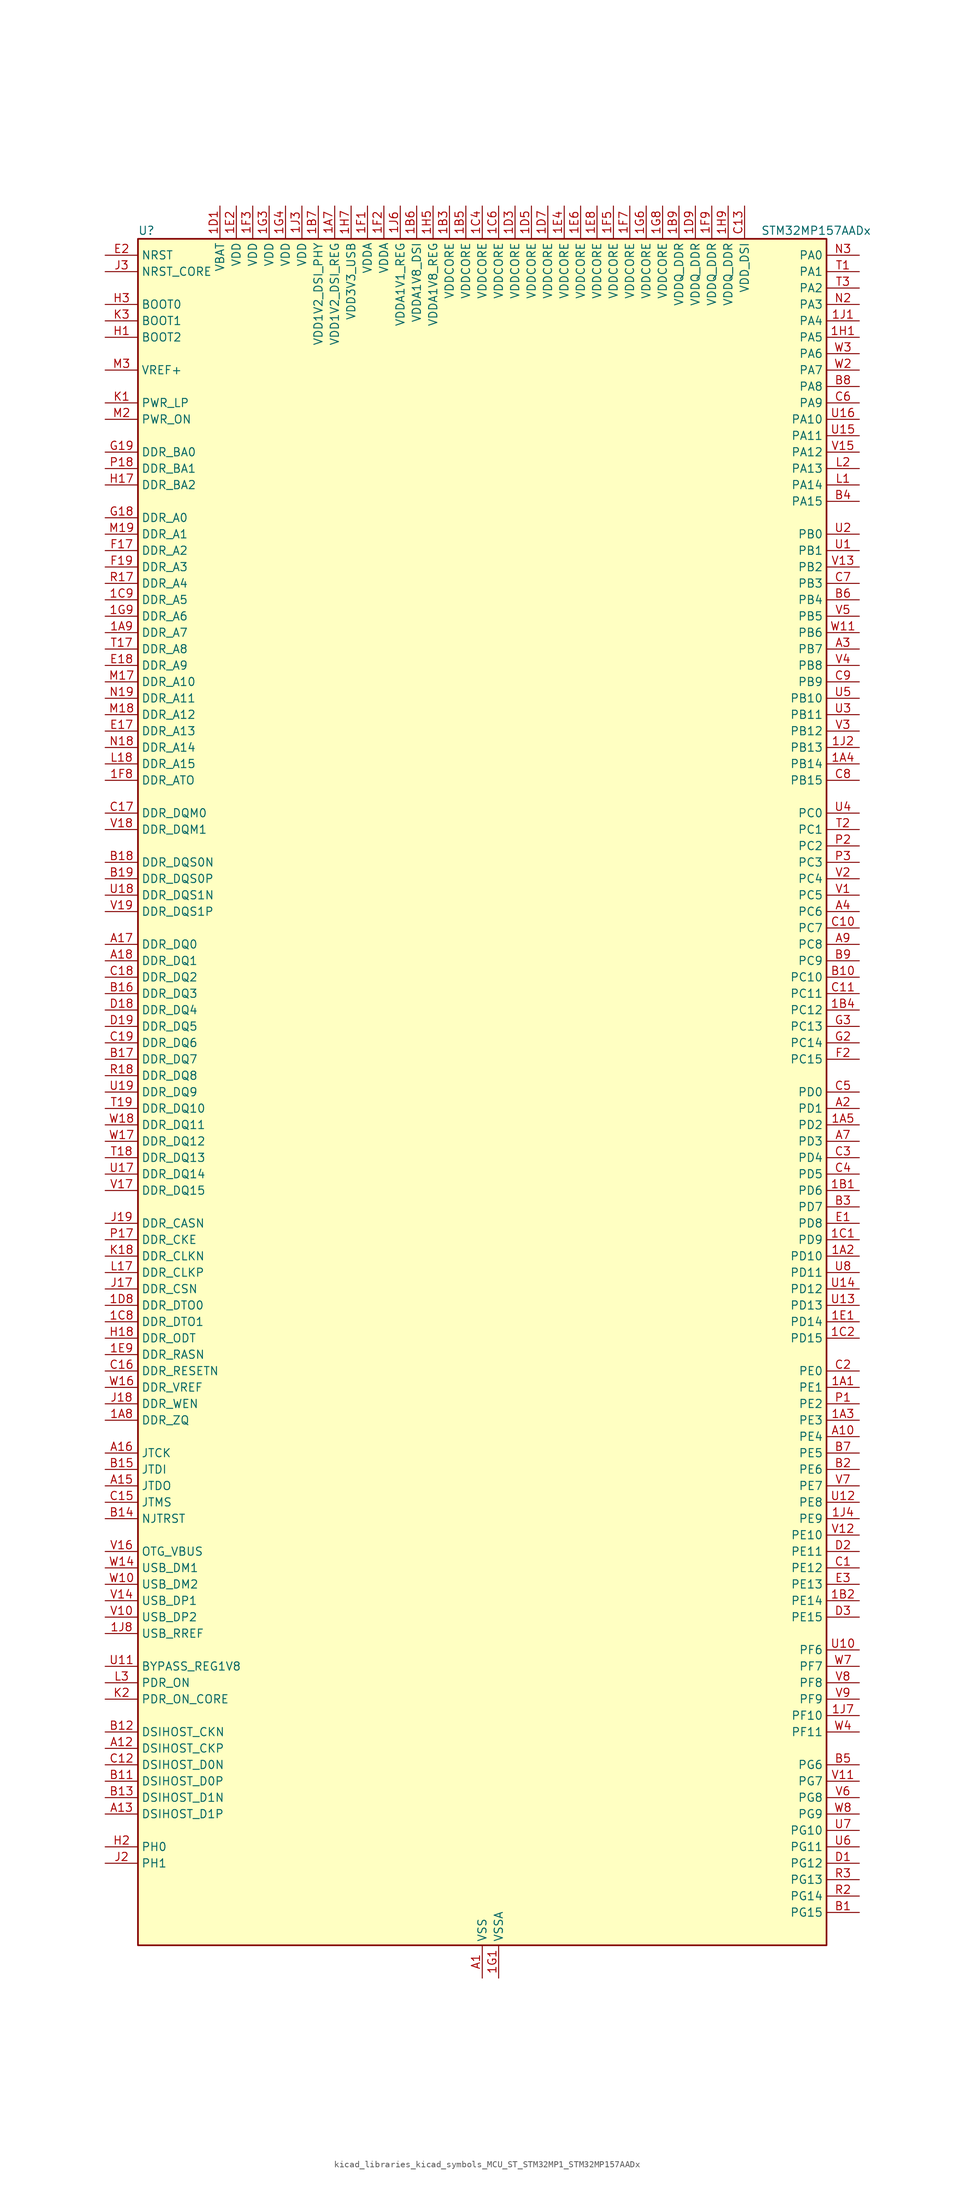
<source format=kicad_sym>
(kicad_symbol_lib
  (version 20220914)
  (generator kicad_symbol_editor)
  (symbol "kicad_libraries_kicad_symbols_MCU_ST_STM32MP1_STM32MP157AADx"
    (property "Reference" "U"
      (at -53.34 133.35 0)
      (effects (font (size 1.27 1.27)) (justify left)))
    (property "Value" "STM32MP157AADx"
      (at 43.18 133.35 0)
      (effects (font (size 1.27 1.27)) (justify left)))
    (property "ki_locked" ""
      (at 0 0 0)
      (effects (font (size 1.27 1.27))))
    (symbol "kicad_libraries_kicad_symbols_MCU_ST_STM32MP1_STM32MP157AADx_0_1"
      (rectangle (start -53.34 -132.08) (end 53.34 132.08) (stroke (width 0.254) (type default)) (fill (type background))))
    (symbol "kicad_libraries_kicad_symbols_MCU_ST_STM32MP1_STM32MP157AADx_1_1"
      (pin bidirectional line (at 58.42 -45.72 180) (length 5.08) (name "PE1" (effects (font (size 1.27 1.27)))) (number "1A1" (effects (font (size 1.27 1.27)))) (alternate "DCMI_D3" bidirectional line) (alternate "FMC_NBL1" bidirectional line) (alternate "I2S2_MCK" bidirectional line) (alternate "LPTIM1_IN2" bidirectional line) (alternate "SAI3_SD_B" bidirectional line) (alternate "UART8_TX" bidirectional line))
      (pin bidirectional line (at 58.42 -25.4 180) (length 5.08) (name "PD10" (effects (font (size 1.27 1.27)))) (number "1A2" (effects (font (size 1.27 1.27)))) (alternate "DFSDM1_CKOUT" bidirectional line) (alternate "FMC_D15" bidirectional line) (alternate "FMC_DA15" bidirectional line) (alternate "I2C5_SMBA" bidirectional line) (alternate "I2S3_SDI" bidirectional line) (alternate "LTDC_B3" bidirectional line) (alternate "RTC_REFIN" bidirectional line) (alternate "SAI3_FS_B" bidirectional line) (alternate "SPI3_MISO" bidirectional line) (alternate "TIM16_BKIN" bidirectional line) (alternate "USART3_CK" bidirectional line))
      (pin bidirectional line (at 58.42 -50.8 180) (length 5.08) (name "PE3" (effects (font (size 1.27 1.27)))) (number "1A3" (effects (font (size 1.27 1.27)))) (alternate "DEBUG_TRACED0" bidirectional line) (alternate "FMC_A19" bidirectional line) (alternate "SAI1_SD_B" bidirectional line) (alternate "SDMMC2_CK" bidirectional line) (alternate "TIM15_BKIN" bidirectional line))
      (pin bidirectional line (at 58.42 50.8 180) (length 5.08) (name "PB14" (effects (font (size 1.27 1.27)))) (number "1A4" (effects (font (size 1.27 1.27)))) (alternate "DFSDM1_DATIN2" bidirectional line) (alternate "I2S2_SDI" bidirectional line) (alternate "SDMMC2_D0" bidirectional line) (alternate "SPI2_MISO" bidirectional line) (alternate "TIM12_CH1" bidirectional line) (alternate "TIM1_CH2N" bidirectional line) (alternate "TIM8_CH2N" bidirectional line) (alternate "USART1_TX" bidirectional line) (alternate "USART3_DE" bidirectional line) (alternate "USART3_RTS" bidirectional line))
      (pin bidirectional line (at 58.42 -5.08 180) (length 5.08) (name "PD2" (effects (font (size 1.27 1.27)))) (number "1A5" (effects (font (size 1.27 1.27)))) (alternate "DCMI_D11" bidirectional line) (alternate "I2C5_SMBA" bidirectional line) (alternate "SDMMC1_CMD" bidirectional line) (alternate "TIM3_ETR" bidirectional line) (alternate "UART4_RX" bidirectional line) (alternate "UART5_RX" bidirectional line))
      (pin passive line (at 0 -137.16 90) (length 5.08) hide (name "VSS" (effects (font (size 1.27 1.27)))) (number "1A6" (effects (font (size 1.27 1.27)))))
      (pin power_in line (at -22.86 137.16 270) (length 5.08) (name "VDD1V2_DSI_REG" (effects (font (size 1.27 1.27)))) (number "1A7" (effects (font (size 1.27 1.27)))))
      (pin bidirectional line (at -58.42 -50.8 0) (length 5.08) (name "DDR_ZQ" (effects (font (size 1.27 1.27)))) (number "1A8" (effects (font (size 1.27 1.27)))) (alternate "DDR_ZQ" bidirectional line))
      (pin bidirectional line (at -58.42 71.12 0) (length 5.08) (name "DDR_A7" (effects (font (size 1.27 1.27)))) (number "1A9" (effects (font (size 1.27 1.27)))) (alternate "DDR_A7" bidirectional line))
      (pin bidirectional line (at 58.42 -15.24 180) (length 5.08) (name "PD6" (effects (font (size 1.27 1.27)))) (number "1B1" (effects (font (size 1.27 1.27)))) (alternate "DCMI_D10" bidirectional line) (alternate "DFSDM1_CKIN4" bidirectional line) (alternate "DFSDM1_DATIN1" bidirectional line) (alternate "FMC_NWAIT" bidirectional line) (alternate "I2S3_SDO" bidirectional line) (alternate "LTDC_B2" bidirectional line) (alternate "SAI1_D1" bidirectional line) (alternate "SAI1_SD_A" bidirectional line) (alternate "SPI3_MOSI" bidirectional line) (alternate "TIM16_CH1N" bidirectional line) (alternate "USART2_RX" bidirectional line))
      (pin bidirectional line (at 58.42 -78.74 180) (length 5.08) (name "PE14" (effects (font (size 1.27 1.27)))) (number "1B2" (effects (font (size 1.27 1.27)))) (alternate "FMC_D11" bidirectional line) (alternate "FMC_DA11" bidirectional line) (alternate "LTDC_CLK" bidirectional line) (alternate "LTDC_G0" bidirectional line) (alternate "SAI2_MCLK_B" bidirectional line) (alternate "SDMMC1_D123DIR" bidirectional line) (alternate "SPI4_MOSI" bidirectional line) (alternate "TIM1_CH4" bidirectional line) (alternate "UART8_DE" bidirectional line) (alternate "UART8_RTS" bidirectional line))
      (pin power_in line (at -5.08 137.16 270) (length 5.08) (name "VDDCORE" (effects (font (size 1.27 1.27)))) (number "1B3" (effects (font (size 1.27 1.27)))))
      (pin bidirectional line (at 58.42 12.7 180) (length 5.08) (name "PC12" (effects (font (size 1.27 1.27)))) (number "1B4" (effects (font (size 1.27 1.27)))) (alternate "DCMI_D9" bidirectional line) (alternate "DEBUG_TRACECLK" bidirectional line) (alternate "I2S3_SDO" bidirectional line) (alternate "RCC_MCO_2" bidirectional line) (alternate "SAI4_D3" bidirectional line) (alternate "SAI4_SD_B" bidirectional line) (alternate "SDMMC1_CK" bidirectional line) (alternate "SPI3_MOSI" bidirectional line) (alternate "UART5_TX" bidirectional line) (alternate "USART3_CK" bidirectional line))
      (pin power_in line (at -2.54 137.16 270) (length 5.08) (name "VDDCORE" (effects (font (size 1.27 1.27)))) (number "1B5" (effects (font (size 1.27 1.27)))))
      (pin power_in line (at -10.16 137.16 270) (length 5.08) (name "VDDA1V8_DSI" (effects (font (size 1.27 1.27)))) (number "1B6" (effects (font (size 1.27 1.27)))))
      (pin power_in line (at -25.4 137.16 270) (length 5.08) (name "VDD1V2_DSI_PHY" (effects (font (size 1.27 1.27)))) (number "1B7" (effects (font (size 1.27 1.27)))))
      (pin passive line (at 0 -137.16 90) (length 5.08) hide (name "VSS" (effects (font (size 1.27 1.27)))) (number "1B8" (effects (font (size 1.27 1.27)))))
      (pin power_in line (at 30.48 137.16 270) (length 5.08) (name "VDDQ_DDR" (effects (font (size 1.27 1.27)))) (number "1B9" (effects (font (size 1.27 1.27)))))
      (pin bidirectional line (at 58.42 -22.86 180) (length 5.08) (name "PD9" (effects (font (size 1.27 1.27)))) (number "1C1" (effects (font (size 1.27 1.27)))) (alternate "DAC1_EXTI9" bidirectional line) (alternate "DCMI_HSYNC" bidirectional line) (alternate "DFSDM1_DATIN3" bidirectional line) (alternate "FMC_D14" bidirectional line) (alternate "FMC_DA14" bidirectional line) (alternate "LTDC_B0" bidirectional line) (alternate "SAI3_SD_B" bidirectional line) (alternate "USART3_RX" bidirectional line))
      (pin bidirectional line (at 58.42 -38.1 180) (length 5.08) (name "PD15" (effects (font (size 1.27 1.27)))) (number "1C2" (effects (font (size 1.27 1.27)))) (alternate "ADC1_EXTI15" bidirectional line) (alternate "ADC2_EXTI15" bidirectional line) (alternate "FMC_D1" bidirectional line) (alternate "FMC_DA1" bidirectional line) (alternate "LTDC_R1" bidirectional line) (alternate "SAI3_MCLK_A" bidirectional line) (alternate "TIM4_CH4" bidirectional line) (alternate "UART8_CTS" bidirectional line))
      (pin passive line (at 0 -137.16 90) (length 5.08) hide (name "VSS" (effects (font (size 1.27 1.27)))) (number "1C3" (effects (font (size 1.27 1.27)))))
      (pin power_in line (at 0 137.16 270) (length 5.08) (name "VDDCORE" (effects (font (size 1.27 1.27)))) (number "1C4" (effects (font (size 1.27 1.27)))))
      (pin passive line (at 0 -137.16 90) (length 5.08) hide (name "VSS" (effects (font (size 1.27 1.27)))) (number "1C5" (effects (font (size 1.27 1.27)))))
      (pin power_in line (at 2.54 137.16 270) (length 5.08) (name "VDDCORE" (effects (font (size 1.27 1.27)))) (number "1C6" (effects (font (size 1.27 1.27)))))
      (pin passive line (at 0 -137.16 90) (length 5.08) hide (name "VSS" (effects (font (size 1.27 1.27)))) (number "1C7" (effects (font (size 1.27 1.27)))))
      (pin bidirectional line (at -58.42 -35.56 0) (length 5.08) (name "DDR_DTO1" (effects (font (size 1.27 1.27)))) (number "1C8" (effects (font (size 1.27 1.27)))) (alternate "DDR_DTO1" bidirectional line))
      (pin bidirectional line (at -58.42 76.2 0) (length 5.08) (name "DDR_A5" (effects (font (size 1.27 1.27)))) (number "1C9" (effects (font (size 1.27 1.27)))) (alternate "DDR_A5" bidirectional line))
      (pin power_in line (at -40.64 137.16 270) (length 5.08) (name "VBAT" (effects (font (size 1.27 1.27)))) (number "1D1" (effects (font (size 1.27 1.27)))))
      (pin passive line (at 0 -137.16 90) (length 5.08) hide (name "VSS" (effects (font (size 1.27 1.27)))) (number "1D2" (effects (font (size 1.27 1.27)))))
      (pin power_in line (at 5.08 137.16 270) (length 5.08) (name "VDDCORE" (effects (font (size 1.27 1.27)))) (number "1D3" (effects (font (size 1.27 1.27)))))
      (pin passive line (at 0 -137.16 90) (length 5.08) hide (name "VSS" (effects (font (size 1.27 1.27)))) (number "1D4" (effects (font (size 1.27 1.27)))))
      (pin power_in line (at 7.62 137.16 270) (length 5.08) (name "VDDCORE" (effects (font (size 1.27 1.27)))) (number "1D5" (effects (font (size 1.27 1.27)))))
      (pin passive line (at 0 -137.16 90) (length 5.08) hide (name "VSS" (effects (font (size 1.27 1.27)))) (number "1D6" (effects (font (size 1.27 1.27)))))
      (pin power_in line (at 10.16 137.16 270) (length 5.08) (name "VDDCORE" (effects (font (size 1.27 1.27)))) (number "1D7" (effects (font (size 1.27 1.27)))))
      (pin bidirectional line (at -58.42 -33.02 0) (length 5.08) (name "DDR_DTO0" (effects (font (size 1.27 1.27)))) (number "1D8" (effects (font (size 1.27 1.27)))) (alternate "DDR_DTO0" bidirectional line))
      (pin power_in line (at 33.02 137.16 270) (length 5.08) (name "VDDQ_DDR" (effects (font (size 1.27 1.27)))) (number "1D9" (effects (font (size 1.27 1.27)))))
      (pin bidirectional line (at 58.42 -35.56 180) (length 5.08) (name "PD14" (effects (font (size 1.27 1.27)))) (number "1E1" (effects (font (size 1.27 1.27)))) (alternate "FMC_D0" bidirectional line) (alternate "FMC_DA0" bidirectional line) (alternate "SAI3_MCLK_B" bidirectional line) (alternate "TIM4_CH3" bidirectional line) (alternate "UART8_CTS" bidirectional line))
      (pin power_in line (at -38.1 137.16 270) (length 5.08) (name "VDD" (effects (font (size 1.27 1.27)))) (number "1E2" (effects (font (size 1.27 1.27)))))
      (pin passive line (at 0 -137.16 90) (length 5.08) hide (name "VSS" (effects (font (size 1.27 1.27)))) (number "1E3" (effects (font (size 1.27 1.27)))))
      (pin power_in line (at 12.7 137.16 270) (length 5.08) (name "VDDCORE" (effects (font (size 1.27 1.27)))) (number "1E4" (effects (font (size 1.27 1.27)))))
      (pin passive line (at 0 -137.16 90) (length 5.08) hide (name "VSS" (effects (font (size 1.27 1.27)))) (number "1E5" (effects (font (size 1.27 1.27)))))
      (pin power_in line (at 15.24 137.16 270) (length 5.08) (name "VDDCORE" (effects (font (size 1.27 1.27)))) (number "1E6" (effects (font (size 1.27 1.27)))))
      (pin passive line (at 0 -137.16 90) (length 5.08) hide (name "VSS" (effects (font (size 1.27 1.27)))) (number "1E7" (effects (font (size 1.27 1.27)))))
      (pin power_in line (at 17.78 137.16 270) (length 5.08) (name "VDDCORE" (effects (font (size 1.27 1.27)))) (number "1E8" (effects (font (size 1.27 1.27)))))
      (pin bidirectional line (at -58.42 -40.64 0) (length 5.08) (name "DDR_RASN" (effects (font (size 1.27 1.27)))) (number "1E9" (effects (font (size 1.27 1.27)))) (alternate "DDR_RASN" bidirectional line))
      (pin power_in line (at -17.78 137.16 270) (length 5.08) (name "VDDA" (effects (font (size 1.27 1.27)))) (number "1F1" (effects (font (size 1.27 1.27)))))
      (pin power_in line (at -15.24 137.16 270) (length 5.08) (name "VDDA" (effects (font (size 1.27 1.27)))) (number "1F2" (effects (font (size 1.27 1.27)))))
      (pin power_in line (at -35.56 137.16 270) (length 5.08) (name "VDD" (effects (font (size 1.27 1.27)))) (number "1F3" (effects (font (size 1.27 1.27)))))
      (pin passive line (at 0 -137.16 90) (length 5.08) hide (name "VSS" (effects (font (size 1.27 1.27)))) (number "1F4" (effects (font (size 1.27 1.27)))))
      (pin power_in line (at 20.32 137.16 270) (length 5.08) (name "VDDCORE" (effects (font (size 1.27 1.27)))) (number "1F5" (effects (font (size 1.27 1.27)))))
      (pin passive line (at 0 -137.16 90) (length 5.08) hide (name "VSS" (effects (font (size 1.27 1.27)))) (number "1F6" (effects (font (size 1.27 1.27)))))
      (pin power_in line (at 22.86 137.16 270) (length 5.08) (name "VDDCORE" (effects (font (size 1.27 1.27)))) (number "1F7" (effects (font (size 1.27 1.27)))))
      (pin bidirectional line (at -58.42 48.26 0) (length 5.08) (name "DDR_ATO" (effects (font (size 1.27 1.27)))) (number "1F8" (effects (font (size 1.27 1.27)))) (alternate "DDR_ATO" bidirectional line))
      (pin power_in line (at 35.56 137.16 270) (length 5.08) (name "VDDQ_DDR" (effects (font (size 1.27 1.27)))) (number "1F9" (effects (font (size 1.27 1.27)))))
      (pin power_in line (at 2.54 -137.16 90) (length 5.08) (name "VSSA" (effects (font (size 1.27 1.27)))) (number "1G1" (effects (font (size 1.27 1.27)))))
      (pin passive line (at 0 -137.16 90) (length 5.08) hide (name "VSS" (effects (font (size 1.27 1.27)))) (number "1G2" (effects (font (size 1.27 1.27)))))
      (pin power_in line (at -33.02 137.16 270) (length 5.08) (name "VDD" (effects (font (size 1.27 1.27)))) (number "1G3" (effects (font (size 1.27 1.27)))))
      (pin power_in line (at -30.48 137.16 270) (length 5.08) (name "VDD" (effects (font (size 1.27 1.27)))) (number "1G4" (effects (font (size 1.27 1.27)))))
      (pin passive line (at 0 -137.16 90) (length 5.08) hide (name "VSS" (effects (font (size 1.27 1.27)))) (number "1G5" (effects (font (size 1.27 1.27)))))
      (pin power_in line (at 25.4 137.16 270) (length 5.08) (name "VDDCORE" (effects (font (size 1.27 1.27)))) (number "1G6" (effects (font (size 1.27 1.27)))))
      (pin passive line (at 0 -137.16 90) (length 5.08) hide (name "VSS" (effects (font (size 1.27 1.27)))) (number "1G7" (effects (font (size 1.27 1.27)))))
      (pin power_in line (at 27.94 137.16 270) (length 5.08) (name "VDDCORE" (effects (font (size 1.27 1.27)))) (number "1G8" (effects (font (size 1.27 1.27)))))
      (pin bidirectional line (at -58.42 73.66 0) (length 5.08) (name "DDR_A6" (effects (font (size 1.27 1.27)))) (number "1G9" (effects (font (size 1.27 1.27)))) (alternate "DDR_A6" bidirectional line))
      (pin bidirectional line (at 58.42 116.84 180) (length 5.08) (name "PA5" (effects (font (size 1.27 1.27)))) (number "1H1" (effects (font (size 1.27 1.27)))) (alternate "ADC1_INN18" bidirectional line) (alternate "ADC1_INP19" bidirectional line) (alternate "ADC2_INN18" bidirectional line) (alternate "ADC2_INP19" bidirectional line) (alternate "DAC1_OUT2" bidirectional line) (alternate "I2S1_CK" bidirectional line) (alternate "LTDC_R4" bidirectional line) (alternate "SAI4_CK1" bidirectional line) (alternate "SAI4_MCLK_A" bidirectional line) (alternate "SPI1_SCK" bidirectional line) (alternate "SPI6_SCK" bidirectional line) (alternate "TIM2_CH1" bidirectional line) (alternate "TIM2_ETR" bidirectional line) (alternate "TIM8_CH1N" bidirectional line))
      (pin passive line (at 0 -137.16 90) (length 5.08) hide (name "VSS" (effects (font (size 1.27 1.27)))) (number "1H2" (effects (font (size 1.27 1.27)))))
      (pin passive line (at 0 -137.16 90) (length 5.08) hide (name "VSS" (effects (font (size 1.27 1.27)))) (number "1H3" (effects (font (size 1.27 1.27)))))
      (pin passive line (at 0 -137.16 90) (length 5.08) hide (name "VSS" (effects (font (size 1.27 1.27)))) (number "1H4" (effects (font (size 1.27 1.27)))))
      (pin power_in line (at -7.62 137.16 270) (length 5.08) (name "VDDA1V8_REG" (effects (font (size 1.27 1.27)))) (number "1H5" (effects (font (size 1.27 1.27)))))
      (pin passive line (at 0 -137.16 90) (length 5.08) hide (name "VSS" (effects (font (size 1.27 1.27)))) (number "1H6" (effects (font (size 1.27 1.27)))))
      (pin power_in line (at -20.32 137.16 270) (length 5.08) (name "VDD3V3_USB" (effects (font (size 1.27 1.27)))) (number "1H7" (effects (font (size 1.27 1.27)))))
      (pin passive line (at 0 -137.16 90) (length 5.08) hide (name "VSS" (effects (font (size 1.27 1.27)))) (number "1H8" (effects (font (size 1.27 1.27)))))
      (pin power_in line (at 38.1 137.16 270) (length 5.08) (name "VDDQ_DDR" (effects (font (size 1.27 1.27)))) (number "1H9" (effects (font (size 1.27 1.27)))))
      (pin bidirectional line (at 58.42 119.38 180) (length 5.08) (name "PA4" (effects (font (size 1.27 1.27)))) (number "1J1" (effects (font (size 1.27 1.27)))) (alternate "ADC1_INP18" bidirectional line) (alternate "ADC2_INP18" bidirectional line) (alternate "DAC1_OUT1" bidirectional line) (alternate "DCMI_HSYNC" bidirectional line) (alternate "HDP_HDP0" bidirectional line) (alternate "I2S1_WS" bidirectional line) (alternate "I2S3_WS" bidirectional line) (alternate "LTDC_VSYNC" bidirectional line) (alternate "SAI4_D2" bidirectional line) (alternate "SAI4_FS_A" bidirectional line) (alternate "SPI1_NSS" bidirectional line) (alternate "SPI3_NSS" bidirectional line) (alternate "SPI6_NSS" bidirectional line) (alternate "TIM5_ETR" bidirectional line) (alternate "USART2_CK" bidirectional line))
      (pin bidirectional line (at 58.42 53.34 180) (length 5.08) (name "PB13" (effects (font (size 1.27 1.27)))) (number "1J2" (effects (font (size 1.27 1.27)))) (alternate "DFSDM1_CKIN1" bidirectional line) (alternate "DFSDM1_CKOUT" bidirectional line) (alternate "ETH1_TXD1" bidirectional line) (alternate "FDCAN2_TX" bidirectional line) (alternate "I2S2_CK" bidirectional line) (alternate "LPTIM2_OUT" bidirectional line) (alternate "SPI2_SCK" bidirectional line) (alternate "TIM1_CH1N" bidirectional line) (alternate "UART5_TX" bidirectional line) (alternate "USART3_CTS" bidirectional line) (alternate "USART3_NSS" bidirectional line))
      (pin power_in line (at -27.94 137.16 270) (length 5.08) (name "VDD" (effects (font (size 1.27 1.27)))) (number "1J3" (effects (font (size 1.27 1.27)))))
      (pin bidirectional line (at 58.42 -66.04 180) (length 5.08) (name "PE9" (effects (font (size 1.27 1.27)))) (number "1J4" (effects (font (size 1.27 1.27)))) (alternate "DAC1_EXTI9" bidirectional line) (alternate "DFSDM1_CKOUT" bidirectional line) (alternate "FMC_D6" bidirectional line) (alternate "FMC_DA6" bidirectional line) (alternate "QUADSPI_BK2_IO2" bidirectional line) (alternate "TIM1_CH1" bidirectional line) (alternate "UART7_DE" bidirectional line) (alternate "UART7_RTS" bidirectional line))
      (pin passive line (at 0 -137.16 90) (length 5.08) hide (name "VSS" (effects (font (size 1.27 1.27)))) (number "1J5" (effects (font (size 1.27 1.27)))))
      (pin power_in line (at -12.7 137.16 270) (length 5.08) (name "VDDA1V1_REG" (effects (font (size 1.27 1.27)))) (number "1J6" (effects (font (size 1.27 1.27)))))
      (pin bidirectional line (at 58.42 -96.52 180) (length 5.08) (name "PF10" (effects (font (size 1.27 1.27)))) (number "1J7" (effects (font (size 1.27 1.27)))) (alternate "DCMI_D11" bidirectional line) (alternate "LTDC_DE" bidirectional line) (alternate "QUADSPI_CLK" bidirectional line) (alternate "SAI1_D3" bidirectional line) (alternate "SAI1_D4" bidirectional line) (alternate "SAI4_D3" bidirectional line) (alternate "SAI4_D4" bidirectional line) (alternate "TIM16_BKIN" bidirectional line))
      (pin bidirectional line (at -58.42 -83.82 0) (length 5.08) (name "USB_RREF" (effects (font (size 1.27 1.27)))) (number "1J8" (effects (font (size 1.27 1.27)))))
      (pin passive line (at 0 -137.16 90) (length 5.08) hide (name "VSS" (effects (font (size 1.27 1.27)))) (number "1J9" (effects (font (size 1.27 1.27)))))
      (pin power_in line (at 0 -137.16 90) (length 5.08) (name "VSS" (effects (font (size 1.27 1.27)))) (number "A1" (effects (font (size 1.27 1.27)))))
      (pin bidirectional line (at 58.42 -53.34 180) (length 5.08) (name "PE4" (effects (font (size 1.27 1.27)))) (number "A10" (effects (font (size 1.27 1.27)))) (alternate "DCMI_D4" bidirectional line) (alternate "DEBUG_TRACED1" bidirectional line) (alternate "DFSDM1_DATIN3" bidirectional line) (alternate "FMC_A20" bidirectional line) (alternate "LTDC_B0" bidirectional line) (alternate "SAI1_D2" bidirectional line) (alternate "SAI1_FS_A" bidirectional line) (alternate "SDMMC1_CKIN" bidirectional line) (alternate "SDMMC1_D4" bidirectional line) (alternate "SDMMC2_CKIN" bidirectional line) (alternate "SDMMC2_D4" bidirectional line) (alternate "SPI4_NSS" bidirectional line) (alternate "TIM15_CH1N" bidirectional line))
      (pin bidirectional line (at -58.42 -101.6 0) (length 5.08) (name "DSIHOST_CKP" (effects (font (size 1.27 1.27)))) (number "A12" (effects (font (size 1.27 1.27)))) (alternate "DSIHOST_CKP" bidirectional line))
      (pin bidirectional line (at -58.42 -111.76 0) (length 5.08) (name "DSIHOST_D1P" (effects (font (size 1.27 1.27)))) (number "A13" (effects (font (size 1.27 1.27)))) (alternate "DSIHOST_D1P" bidirectional line))
      (pin bidirectional line (at -58.42 -60.96 0) (length 5.08) (name "JTDO" (effects (font (size 1.27 1.27)))) (number "A15" (effects (font (size 1.27 1.27)))) (alternate "DEBUG_JTDO-SWO" bidirectional line))
      (pin bidirectional line (at -58.42 -55.88 0) (length 5.08) (name "JTCK" (effects (font (size 1.27 1.27)))) (number "A16" (effects (font (size 1.27 1.27)))) (alternate "DEBUG_JTCK-SWCLK" bidirectional line))
      (pin bidirectional line (at -58.42 22.86 0) (length 5.08) (name "DDR_DQ0" (effects (font (size 1.27 1.27)))) (number "A17" (effects (font (size 1.27 1.27)))) (alternate "DDR_DQ0" bidirectional line))
      (pin bidirectional line (at -58.42 20.32 0) (length 5.08) (name "DDR_DQ1" (effects (font (size 1.27 1.27)))) (number "A18" (effects (font (size 1.27 1.27)))) (alternate "DDR_DQ1" bidirectional line))
      (pin passive line (at 0 -137.16 90) (length 5.08) hide (name "VSS" (effects (font (size 1.27 1.27)))) (number "A19" (effects (font (size 1.27 1.27)))))
      (pin bidirectional line (at 58.42 -2.54 180) (length 5.08) (name "PD1" (effects (font (size 1.27 1.27)))) (number "A2" (effects (font (size 1.27 1.27)))) (alternate "DFSDM1_CKIN7" bidirectional line) (alternate "DFSDM1_DATIN6" bidirectional line) (alternate "FDCAN1_TX" bidirectional line) (alternate "FMC_D3" bidirectional line) (alternate "FMC_DA3" bidirectional line) (alternate "I2C5_SCL" bidirectional line) (alternate "I2C6_SCL" bidirectional line) (alternate "SAI3_SD_A" bidirectional line) (alternate "SDMMC3_D0" bidirectional line) (alternate "UART4_TX" bidirectional line))
      (pin bidirectional line (at 58.42 68.58 180) (length 5.08) (name "PB7" (effects (font (size 1.27 1.27)))) (number "A3" (effects (font (size 1.27 1.27)))) (alternate "DCMI_VSYNC" bidirectional line) (alternate "DFSDM1_CKIN5" bidirectional line) (alternate "FMC_NL" bidirectional line) (alternate "I2C1_SDA" bidirectional line) (alternate "I2C4_SDA" bidirectional line) (alternate "SDMMC2_D1" bidirectional line) (alternate "TIM17_CH1N" bidirectional line) (alternate "TIM4_CH2" bidirectional line) (alternate "USART1_RX" bidirectional line))
      (pin bidirectional line (at 58.42 27.94 180) (length 5.08) (name "PC6" (effects (font (size 1.27 1.27)))) (number "A4" (effects (font (size 1.27 1.27)))) (alternate "DCMI_D0" bidirectional line) (alternate "DFSDM1_CKIN3" bidirectional line) (alternate "DSIHOST_TE" bidirectional line) (alternate "HDP_HDP1" bidirectional line) (alternate "I2S2_MCK" bidirectional line) (alternate "LTDC_HSYNC" bidirectional line) (alternate "SDMMC1_D0DIR" bidirectional line) (alternate "SDMMC1_D6" bidirectional line) (alternate "SDMMC2_D0DIR" bidirectional line) (alternate "SDMMC2_D6" bidirectional line) (alternate "TIM3_CH1" bidirectional line) (alternate "TIM8_CH1" bidirectional line) (alternate "USART6_TX" bidirectional line))
      (pin passive line (at 0 -137.16 90) (length 5.08) hide (name "VSS" (effects (font (size 1.27 1.27)))) (number "A6" (effects (font (size 1.27 1.27)))))
      (pin bidirectional line (at 58.42 -7.62 180) (length 5.08) (name "PD3" (effects (font (size 1.27 1.27)))) (number "A7" (effects (font (size 1.27 1.27)))) (alternate "DCMI_D5" bidirectional line) (alternate "DFSDM1_CKOUT" bidirectional line) (alternate "DFSDM1_DATIN0" bidirectional line) (alternate "FMC_CLK" bidirectional line) (alternate "HDP_HDP5" bidirectional line) (alternate "I2S2_CK" bidirectional line) (alternate "LTDC_G7" bidirectional line) (alternate "SDMMC1_D123DIR" bidirectional line) (alternate "SDMMC1_D7" bidirectional line) (alternate "SDMMC2_D123DIR" bidirectional line) (alternate "SDMMC2_D7" bidirectional line) (alternate "SPI2_SCK" bidirectional line) (alternate "USART2_CTS" bidirectional line) (alternate "USART2_NSS" bidirectional line))
      (pin bidirectional line (at 58.42 22.86 180) (length 5.08) (name "PC8" (effects (font (size 1.27 1.27)))) (number "A9" (effects (font (size 1.27 1.27)))) (alternate "DCMI_D2" bidirectional line) (alternate "DEBUG_TRACED0" bidirectional line) (alternate "SDMMC1_D0" bidirectional line) (alternate "TIM3_CH3" bidirectional line) (alternate "TIM8_CH3" bidirectional line) (alternate "UART4_TX" bidirectional line) (alternate "UART5_DE" bidirectional line) (alternate "UART5_RTS" bidirectional line) (alternate "USART6_CK" bidirectional line))
      (pin bidirectional line (at 58.42 -127 180) (length 5.08) (name "PG15" (effects (font (size 1.27 1.27)))) (number "B1" (effects (font (size 1.27 1.27)))) (alternate "ADC1_EXTI15" bidirectional line) (alternate "ADC2_EXTI15" bidirectional line) (alternate "DCMI_D13" bidirectional line) (alternate "DEBUG_TRACED7" bidirectional line) (alternate "I2C2_SDA" bidirectional line) (alternate "SAI1_D2" bidirectional line) (alternate "SAI1_FS_A" bidirectional line) (alternate "SDMMC3_CK" bidirectional line) (alternate "USART6_CTS" bidirectional line) (alternate "USART6_NSS" bidirectional line))
      (pin bidirectional line (at 58.42 17.78 180) (length 5.08) (name "PC10" (effects (font (size 1.27 1.27)))) (number "B10" (effects (font (size 1.27 1.27)))) (alternate "DCMI_D8" bidirectional line) (alternate "DEBUG_TRACED2" bidirectional line) (alternate "DFSDM1_CKIN5" bidirectional line) (alternate "I2S3_CK" bidirectional line) (alternate "LTDC_R2" bidirectional line) (alternate "QUADSPI_BK1_IO1" bidirectional line) (alternate "SAI4_MCLK_B" bidirectional line) (alternate "SDMMC1_D2" bidirectional line) (alternate "SPI3_SCK" bidirectional line) (alternate "UART4_TX" bidirectional line) (alternate "USART3_TX" bidirectional line))
      (pin bidirectional line (at -58.42 -106.68 0) (length 5.08) (name "DSIHOST_D0P" (effects (font (size 1.27 1.27)))) (number "B11" (effects (font (size 1.27 1.27)))) (alternate "DSIHOST_D0P" bidirectional line))
      (pin bidirectional line (at -58.42 -99.06 0) (length 5.08) (name "DSIHOST_CKN" (effects (font (size 1.27 1.27)))) (number "B12" (effects (font (size 1.27 1.27)))) (alternate "DSIHOST_CKN" bidirectional line))
      (pin bidirectional line (at -58.42 -109.22 0) (length 5.08) (name "DSIHOST_D1N" (effects (font (size 1.27 1.27)))) (number "B13" (effects (font (size 1.27 1.27)))) (alternate "DSIHOST_D1N" bidirectional line))
      (pin bidirectional line (at -58.42 -66.04 0) (length 5.08) (name "NJTRST" (effects (font (size 1.27 1.27)))) (number "B14" (effects (font (size 1.27 1.27)))) (alternate "DEBUG_JTRST" bidirectional line))
      (pin bidirectional line (at -58.42 -58.42 0) (length 5.08) (name "JTDI" (effects (font (size 1.27 1.27)))) (number "B15" (effects (font (size 1.27 1.27)))) (alternate "DEBUG_JTDI" bidirectional line))
      (pin bidirectional line (at -58.42 15.24 0) (length 5.08) (name "DDR_DQ3" (effects (font (size 1.27 1.27)))) (number "B16" (effects (font (size 1.27 1.27)))) (alternate "DDR_DQ3" bidirectional line))
      (pin bidirectional line (at -58.42 5.08 0) (length 5.08) (name "DDR_DQ7" (effects (font (size 1.27 1.27)))) (number "B17" (effects (font (size 1.27 1.27)))) (alternate "DDR_DQ7" bidirectional line))
      (pin bidirectional line (at -58.42 35.56 0) (length 5.08) (name "DDR_DQS0N" (effects (font (size 1.27 1.27)))) (number "B18" (effects (font (size 1.27 1.27)))) (alternate "DDR_DQS0N" bidirectional line))
      (pin bidirectional line (at -58.42 33.02 0) (length 5.08) (name "DDR_DQS0P" (effects (font (size 1.27 1.27)))) (number "B19" (effects (font (size 1.27 1.27)))) (alternate "DDR_DQS0P" bidirectional line))
      (pin bidirectional line (at 58.42 -58.42 180) (length 5.08) (name "PE6" (effects (font (size 1.27 1.27)))) (number "B2" (effects (font (size 1.27 1.27)))) (alternate "DCMI_D7" bidirectional line) (alternate "DEBUG_TRACED2" bidirectional line) (alternate "FMC_A22" bidirectional line) (alternate "LTDC_G1" bidirectional line) (alternate "SAI1_D1" bidirectional line) (alternate "SAI1_SD_A" bidirectional line) (alternate "SAI2_MCLK_B" bidirectional line) (alternate "SDMMC1_D2" bidirectional line) (alternate "SDMMC2_D0" bidirectional line) (alternate "SPI4_MOSI" bidirectional line) (alternate "TIM15_CH2" bidirectional line) (alternate "TIM1_BKIN2" bidirectional line))
      (pin bidirectional line (at 58.42 -17.78 180) (length 5.08) (name "PD7" (effects (font (size 1.27 1.27)))) (number "B3" (effects (font (size 1.27 1.27)))) (alternate "DEBUG_TRACED6" bidirectional line) (alternate "DFSDM1_CKIN1" bidirectional line) (alternate "DFSDM1_DATIN4" bidirectional line) (alternate "FMC_NE1" bidirectional line) (alternate "I2C2_SCL" bidirectional line) (alternate "SDMMC3_D3" bidirectional line) (alternate "SPDIFRX_IN0" bidirectional line) (alternate "USART2_CK" bidirectional line))
      (pin bidirectional line (at 58.42 91.44 180) (length 5.08) (name "PA15" (effects (font (size 1.27 1.27)))) (number "B4" (effects (font (size 1.27 1.27)))) (alternate "ADC1_EXTI15" bidirectional line) (alternate "ADC2_EXTI15" bidirectional line) (alternate "CEC" bidirectional line) (alternate "DEBUG_DBTRGI" bidirectional line) (alternate "I2S1_WS" bidirectional line) (alternate "I2S3_WS" bidirectional line) (alternate "LTDC_R1" bidirectional line) (alternate "SAI4_D2" bidirectional line) (alternate "SAI4_FS_A" bidirectional line) (alternate "SDMMC1_CDIR" bidirectional line) (alternate "SDMMC1_D5" bidirectional line) (alternate "SDMMC2_CDIR" bidirectional line) (alternate "SDMMC2_D5" bidirectional line) (alternate "SPI1_NSS" bidirectional line) (alternate "SPI3_NSS" bidirectional line) (alternate "SPI6_NSS" bidirectional line) (alternate "TIM2_CH1" bidirectional line) (alternate "TIM2_ETR" bidirectional line) (alternate "UART4_DE" bidirectional line) (alternate "UART4_RTS" bidirectional line) (alternate "UART7_TX" bidirectional line))
      (pin bidirectional line (at 58.42 -104.14 180) (length 5.08) (name "PG6" (effects (font (size 1.27 1.27)))) (number "B5" (effects (font (size 1.27 1.27)))) (alternate "DCMI_D12" bidirectional line) (alternate "DEBUG_TRACED14" bidirectional line) (alternate "LTDC_R7" bidirectional line) (alternate "SDMMC2_CMD" bidirectional line) (alternate "TIM17_BKIN" bidirectional line))
      (pin bidirectional line (at 58.42 76.2 180) (length 5.08) (name "PB4" (effects (font (size 1.27 1.27)))) (number "B6" (effects (font (size 1.27 1.27)))) (alternate "DEBUG_TRACED8" bidirectional line) (alternate "I2S1_SDI" bidirectional line) (alternate "I2S2_WS" bidirectional line) (alternate "I2S3_SDI" bidirectional line) (alternate "SAI4_CK2" bidirectional line) (alternate "SAI4_SCK_A" bidirectional line) (alternate "SDMMC2_D3" bidirectional line) (alternate "SPI1_MISO" bidirectional line) (alternate "SPI2_NSS" bidirectional line) (alternate "SPI3_MISO" bidirectional line) (alternate "SPI6_MISO" bidirectional line) (alternate "TIM16_BKIN" bidirectional line) (alternate "TIM3_CH1" bidirectional line) (alternate "UART7_TX" bidirectional line))
      (pin bidirectional line (at 58.42 -55.88 180) (length 5.08) (name "PE5" (effects (font (size 1.27 1.27)))) (number "B7" (effects (font (size 1.27 1.27)))) (alternate "DCMI_D6" bidirectional line) (alternate "DEBUG_TRACED3" bidirectional line) (alternate "DFSDM1_CKIN3" bidirectional line) (alternate "FMC_A21" bidirectional line) (alternate "LTDC_G0" bidirectional line) (alternate "SAI1_CK2" bidirectional line) (alternate "SAI1_SCK_A" bidirectional line) (alternate "SDMMC1_D0DIR" bidirectional line) (alternate "SDMMC1_D6" bidirectional line) (alternate "SDMMC2_D0DIR" bidirectional line) (alternate "SDMMC2_D6" bidirectional line) (alternate "SPI4_MISO" bidirectional line) (alternate "TIM15_CH1" bidirectional line))
      (pin bidirectional line (at 58.42 109.22 180) (length 5.08) (name "PA8" (effects (font (size 1.27 1.27)))) (number "B8" (effects (font (size 1.27 1.27)))) (alternate "I2C3_SCL" bidirectional line) (alternate "I2S3_SDO" bidirectional line) (alternate "LTDC_R6" bidirectional line) (alternate "RCC_MCO_1" bidirectional line) (alternate "SAI4_SD_B" bidirectional line) (alternate "SDMMC2_CKIN" bidirectional line) (alternate "SDMMC2_D4" bidirectional line) (alternate "SPI3_MOSI" bidirectional line) (alternate "TIM1_CH1" bidirectional line) (alternate "TIM8_BKIN2" bidirectional line) (alternate "UART7_RX" bidirectional line) (alternate "USART1_CK" bidirectional line) (alternate "USB_OTG_HS_SOF" bidirectional line))
      (pin bidirectional line (at 58.42 20.32 180) (length 5.08) (name "PC9" (effects (font (size 1.27 1.27)))) (number "B9" (effects (font (size 1.27 1.27)))) (alternate "DAC1_EXTI9" bidirectional line) (alternate "DCMI_D3" bidirectional line) (alternate "DEBUG_TRACED1" bidirectional line) (alternate "I2C3_SDA" bidirectional line) (alternate "I2S_CKIN" bidirectional line) (alternate "LTDC_B2" bidirectional line) (alternate "QUADSPI_BK1_IO0" bidirectional line) (alternate "SDMMC1_D1" bidirectional line) (alternate "TIM3_CH4" bidirectional line) (alternate "TIM8_CH4" bidirectional line) (alternate "UART5_CTS" bidirectional line))
      (pin bidirectional line (at 58.42 -73.66 180) (length 5.08) (name "PE12" (effects (font (size 1.27 1.27)))) (number "C1" (effects (font (size 1.27 1.27)))) (alternate "DFSDM1_DATIN5" bidirectional line) (alternate "FMC_D9" bidirectional line) (alternate "FMC_DA9" bidirectional line) (alternate "LTDC_B4" bidirectional line) (alternate "SAI2_SCK_B" bidirectional line) (alternate "SDMMC1_D0DIR" bidirectional line) (alternate "SPI4_SCK" bidirectional line) (alternate "TIM1_CH3N" bidirectional line))
      (pin bidirectional line (at 58.42 25.4 180) (length 5.08) (name "PC7" (effects (font (size 1.27 1.27)))) (number "C10" (effects (font (size 1.27 1.27)))) (alternate "DCMI_D1" bidirectional line) (alternate "DFSDM1_DATIN3" bidirectional line) (alternate "HDP_HDP4" bidirectional line) (alternate "I2S3_MCK" bidirectional line) (alternate "LTDC_G6" bidirectional line) (alternate "SDMMC1_D123DIR" bidirectional line) (alternate "SDMMC1_D7" bidirectional line) (alternate "SDMMC2_D123DIR" bidirectional line) (alternate "SDMMC2_D7" bidirectional line) (alternate "TIM3_CH2" bidirectional line) (alternate "TIM8_CH2" bidirectional line) (alternate "USART6_RX" bidirectional line))
      (pin bidirectional line (at 58.42 15.24 180) (length 5.08) (name "PC11" (effects (font (size 1.27 1.27)))) (number "C11" (effects (font (size 1.27 1.27)))) (alternate "ADC1_EXTI11" bidirectional line) (alternate "ADC2_EXTI11" bidirectional line) (alternate "DCMI_D4" bidirectional line) (alternate "DEBUG_TRACED3" bidirectional line) (alternate "DFSDM1_DATIN5" bidirectional line) (alternate "I2S3_SDI" bidirectional line) (alternate "QUADSPI_BK2_NCS" bidirectional line) (alternate "SAI4_SCK_B" bidirectional line) (alternate "SDMMC1_D3" bidirectional line) (alternate "SPI3_MISO" bidirectional line) (alternate "UART4_RX" bidirectional line) (alternate "USART3_RX" bidirectional line))
      (pin bidirectional line (at -58.42 -104.14 0) (length 5.08) (name "DSIHOST_D0N" (effects (font (size 1.27 1.27)))) (number "C12" (effects (font (size 1.27 1.27)))) (alternate "DSIHOST_D0N" bidirectional line))
      (pin power_in line (at 40.64 137.16 270) (length 5.08) (name "VDD_DSI" (effects (font (size 1.27 1.27)))) (number "C13" (effects (font (size 1.27 1.27)))))
      (pin passive line (at 0 -137.16 90) (length 5.08) hide (name "VSS" (effects (font (size 1.27 1.27)))) (number "C14" (effects (font (size 1.27 1.27)))))
      (pin bidirectional line (at -58.42 -63.5 0) (length 5.08) (name "JTMS" (effects (font (size 1.27 1.27)))) (number "C15" (effects (font (size 1.27 1.27)))) (alternate "DEBUG_JTMS-SWDIO" bidirectional line))
      (pin bidirectional line (at -58.42 -43.18 0) (length 5.08) (name "DDR_RESETN" (effects (font (size 1.27 1.27)))) (number "C16" (effects (font (size 1.27 1.27)))) (alternate "DDR_RESETN" bidirectional line))
      (pin bidirectional line (at -58.42 43.18 0) (length 5.08) (name "DDR_DQM0" (effects (font (size 1.27 1.27)))) (number "C17" (effects (font (size 1.27 1.27)))) (alternate "DDR_DQM0" bidirectional line))
      (pin bidirectional line (at -58.42 17.78 0) (length 5.08) (name "DDR_DQ2" (effects (font (size 1.27 1.27)))) (number "C18" (effects (font (size 1.27 1.27)))) (alternate "DDR_DQ2" bidirectional line))
      (pin bidirectional line (at -58.42 7.62 0) (length 5.08) (name "DDR_DQ6" (effects (font (size 1.27 1.27)))) (number "C19" (effects (font (size 1.27 1.27)))) (alternate "DDR_DQ6" bidirectional line))
      (pin bidirectional line (at 58.42 -43.18 180) (length 5.08) (name "PE0" (effects (font (size 1.27 1.27)))) (number "C2" (effects (font (size 1.27 1.27)))) (alternate "DCMI_D2" bidirectional line) (alternate "FMC_NBL0" bidirectional line) (alternate "I2S3_CK" bidirectional line) (alternate "LPTIM1_ETR" bidirectional line) (alternate "LPTIM2_ETR" bidirectional line) (alternate "SAI2_MCLK_A" bidirectional line) (alternate "SAI4_MCLK_B" bidirectional line) (alternate "SPI3_SCK" bidirectional line) (alternate "TIM4_ETR" bidirectional line) (alternate "UART8_RX" bidirectional line))
      (pin bidirectional line (at 58.42 -10.16 180) (length 5.08) (name "PD4" (effects (font (size 1.27 1.27)))) (number "C3" (effects (font (size 1.27 1.27)))) (alternate "DFSDM1_CKIN0" bidirectional line) (alternate "FMC_NOE" bidirectional line) (alternate "SAI3_FS_A" bidirectional line) (alternate "SDMMC3_D1" bidirectional line) (alternate "USART2_DE" bidirectional line) (alternate "USART2_RTS" bidirectional line))
      (pin bidirectional line (at 58.42 -12.7 180) (length 5.08) (name "PD5" (effects (font (size 1.27 1.27)))) (number "C4" (effects (font (size 1.27 1.27)))) (alternate "FMC_NWE" bidirectional line) (alternate "SDMMC3_D2" bidirectional line) (alternate "USART2_TX" bidirectional line))
      (pin bidirectional line (at 58.42 0 180) (length 5.08) (name "PD0" (effects (font (size 1.27 1.27)))) (number "C5" (effects (font (size 1.27 1.27)))) (alternate "DFSDM1_CKIN6" bidirectional line) (alternate "DFSDM1_DATIN7" bidirectional line) (alternate "FDCAN1_RX" bidirectional line) (alternate "FMC_D2" bidirectional line) (alternate "FMC_DA2" bidirectional line) (alternate "I2C5_SDA" bidirectional line) (alternate "I2C6_SDA" bidirectional line) (alternate "SAI3_SCK_A" bidirectional line) (alternate "SDMMC3_CMD" bidirectional line) (alternate "UART4_RX" bidirectional line))
      (pin bidirectional line (at 58.42 106.68 180) (length 5.08) (name "PA9" (effects (font (size 1.27 1.27)))) (number "C6" (effects (font (size 1.27 1.27)))) (alternate "DAC1_EXTI9" bidirectional line) (alternate "DCMI_D0" bidirectional line) (alternate "I2C3_SMBA" bidirectional line) (alternate "I2S2_CK" bidirectional line) (alternate "LTDC_R5" bidirectional line) (alternate "SDMMC2_CDIR" bidirectional line) (alternate "SDMMC2_D5" bidirectional line) (alternate "SPI2_SCK" bidirectional line) (alternate "TIM1_CH2" bidirectional line) (alternate "USART1_TX" bidirectional line))
      (pin bidirectional line (at 58.42 78.74 180) (length 5.08) (name "PB3" (effects (font (size 1.27 1.27)))) (number "C7" (effects (font (size 1.27 1.27)))) (alternate "DEBUG_TRACED9" bidirectional line) (alternate "I2S1_CK" bidirectional line) (alternate "I2S3_CK" bidirectional line) (alternate "SAI4_CK1" bidirectional line) (alternate "SAI4_MCLK_A" bidirectional line) (alternate "SDMMC2_D2" bidirectional line) (alternate "SPI1_SCK" bidirectional line) (alternate "SPI3_SCK" bidirectional line) (alternate "SPI6_SCK" bidirectional line) (alternate "TIM2_CH2" bidirectional line) (alternate "UART7_RX" bidirectional line))
      (pin bidirectional line (at 58.42 48.26 180) (length 5.08) (name "PB15" (effects (font (size 1.27 1.27)))) (number "C8" (effects (font (size 1.27 1.27)))) (alternate "ADC1_EXTI15" bidirectional line) (alternate "ADC2_EXTI15" bidirectional line) (alternate "DFSDM1_CKIN2" bidirectional line) (alternate "I2S2_SDO" bidirectional line) (alternate "RTC_REFIN" bidirectional line) (alternate "SDMMC2_D1" bidirectional line) (alternate "SPI2_MOSI" bidirectional line) (alternate "TIM12_CH2" bidirectional line) (alternate "TIM1_CH3N" bidirectional line) (alternate "TIM8_CH3N" bidirectional line) (alternate "USART1_RX" bidirectional line))
      (pin bidirectional line (at 58.42 63.5 180) (length 5.08) (name "PB9" (effects (font (size 1.27 1.27)))) (number "C9" (effects (font (size 1.27 1.27)))) (alternate "DAC1_EXTI9" bidirectional line) (alternate "DCMI_D7" bidirectional line) (alternate "DFSDM1_DATIN7" bidirectional line) (alternate "FDCAN1_TX" bidirectional line) (alternate "HDP_HDP7" bidirectional line) (alternate "I2C1_SDA" bidirectional line) (alternate "I2C4_SDA" bidirectional line) (alternate "I2S2_WS" bidirectional line) (alternate "LTDC_B7" bidirectional line) (alternate "SDMMC1_CDIR" bidirectional line) (alternate "SDMMC1_D5" bidirectional line) (alternate "SDMMC2_CDIR" bidirectional line) (alternate "SDMMC2_D5" bidirectional line) (alternate "SPI2_NSS" bidirectional line) (alternate "TIM17_CH1" bidirectional line) (alternate "TIM4_CH4" bidirectional line) (alternate "UART4_TX" bidirectional line))
      (pin bidirectional line (at 58.42 -119.38 180) (length 5.08) (name "PG12" (effects (font (size 1.27 1.27)))) (number "D1" (effects (font (size 1.27 1.27)))) (alternate "ETH1_PHY_INTN" bidirectional line) (alternate "FMC_NE4" bidirectional line) (alternate "LPTIM1_IN1" bidirectional line) (alternate "LTDC_B1" bidirectional line) (alternate "LTDC_B4" bidirectional line) (alternate "SAI4_CK2" bidirectional line) (alternate "SAI4_SCK_A" bidirectional line) (alternate "SPDIFRX_IN1" bidirectional line) (alternate "SPI6_MISO" bidirectional line) (alternate "USART6_DE" bidirectional line) (alternate "USART6_RTS" bidirectional line))
      (pin passive line (at 0 -137.16 90) (length 5.08) hide (name "VSS" (effects (font (size 1.27 1.27)))) (number "D17" (effects (font (size 1.27 1.27)))))
      (pin bidirectional line (at -58.42 12.7 0) (length 5.08) (name "DDR_DQ4" (effects (font (size 1.27 1.27)))) (number "D18" (effects (font (size 1.27 1.27)))) (alternate "DDR_DQ4" bidirectional line))
      (pin bidirectional line (at -58.42 10.16 0) (length 5.08) (name "DDR_DQ5" (effects (font (size 1.27 1.27)))) (number "D19" (effects (font (size 1.27 1.27)))) (alternate "DDR_DQ5" bidirectional line))
      (pin bidirectional line (at 58.42 -71.12 180) (length 5.08) (name "PE11" (effects (font (size 1.27 1.27)))) (number "D2" (effects (font (size 1.27 1.27)))) (alternate "ADC1_EXTI11" bidirectional line) (alternate "ADC2_EXTI11" bidirectional line) (alternate "DCMI_D4" bidirectional line) (alternate "DFSDM1_CKIN4" bidirectional line) (alternate "FMC_D8" bidirectional line) (alternate "FMC_DA8" bidirectional line) (alternate "LTDC_G3" bidirectional line) (alternate "SAI2_SD_B" bidirectional line) (alternate "SPI4_NSS" bidirectional line) (alternate "TIM1_CH2" bidirectional line) (alternate "USART6_CK" bidirectional line))
      (pin bidirectional line (at 58.42 -81.28 180) (length 5.08) (name "PE15" (effects (font (size 1.27 1.27)))) (number "D3" (effects (font (size 1.27 1.27)))) (alternate "ADC1_EXTI15" bidirectional line) (alternate "ADC2_EXTI15" bidirectional line) (alternate "FMC_D12" bidirectional line) (alternate "FMC_DA12" bidirectional line) (alternate "FMC_NCE2" bidirectional line) (alternate "HDP_HDP3" bidirectional line) (alternate "LTDC_R7" bidirectional line) (alternate "TIM15_BKIN" bidirectional line) (alternate "TIM1_BKIN" bidirectional line) (alternate "UART8_CTS" bidirectional line) (alternate "USART2_CTS" bidirectional line) (alternate "USART2_NSS" bidirectional line))
      (pin bidirectional line (at 58.42 -20.32 180) (length 5.08) (name "PD8" (effects (font (size 1.27 1.27)))) (number "E1" (effects (font (size 1.27 1.27)))) (alternate "DFSDM1_CKIN3" bidirectional line) (alternate "FMC_D13" bidirectional line) (alternate "FMC_DA13" bidirectional line) (alternate "LTDC_B7" bidirectional line) (alternate "SAI3_SCK_B" bidirectional line) (alternate "SPDIFRX_IN1" bidirectional line) (alternate "USART3_TX" bidirectional line))
      (pin bidirectional line (at -58.42 55.88 0) (length 5.08) (name "DDR_A13" (effects (font (size 1.27 1.27)))) (number "E17" (effects (font (size 1.27 1.27)))) (alternate "DDR_A13" bidirectional line))
      (pin bidirectional line (at -58.42 66.04 0) (length 5.08) (name "DDR_A9" (effects (font (size 1.27 1.27)))) (number "E18" (effects (font (size 1.27 1.27)))) (alternate "DDR_A9" bidirectional line))
      (pin input line (at -58.42 129.54 0) (length 5.08) (name "NRST" (effects (font (size 1.27 1.27)))) (number "E2" (effects (font (size 1.27 1.27)))))
      (pin bidirectional line (at 58.42 -76.2 180) (length 5.08) (name "PE13" (effects (font (size 1.27 1.27)))) (number "E3" (effects (font (size 1.27 1.27)))) (alternate "DCMI_D6" bidirectional line) (alternate "DFSDM1_CKIN5" bidirectional line) (alternate "FMC_D10" bidirectional line) (alternate "FMC_DA10" bidirectional line) (alternate "HDP_HDP2" bidirectional line) (alternate "LTDC_DE" bidirectional line) (alternate "SAI2_FS_B" bidirectional line) (alternate "SPI4_MISO" bidirectional line) (alternate "TIM1_CH3" bidirectional line))
      (pin bidirectional line (at -58.42 83.82 0) (length 5.08) (name "DDR_A2" (effects (font (size 1.27 1.27)))) (number "F17" (effects (font (size 1.27 1.27)))) (alternate "DDR_A2" bidirectional line))
      (pin passive line (at 0 -137.16 90) (length 5.08) hide (name "VSS" (effects (font (size 1.27 1.27)))) (number "F18" (effects (font (size 1.27 1.27)))))
      (pin bidirectional line (at -58.42 81.28 0) (length 5.08) (name "DDR_A3" (effects (font (size 1.27 1.27)))) (number "F19" (effects (font (size 1.27 1.27)))) (alternate "DDR_A3" bidirectional line))
      (pin bidirectional line (at 58.42 5.08 180) (length 5.08) (name "PC15" (effects (font (size 1.27 1.27)))) (number "F2" (effects (font (size 1.27 1.27)))) (alternate "ADC1_EXTI15" bidirectional line) (alternate "ADC2_EXTI15" bidirectional line) (alternate "RCC_OSC32_OUT" bidirectional line))
      (pin passive line (at 0 -137.16 90) (length 5.08) hide (name "VSS" (effects (font (size 1.27 1.27)))) (number "F3" (effects (font (size 1.27 1.27)))))
      (pin passive line (at 0 -137.16 90) (length 5.08) hide (name "VSS" (effects (font (size 1.27 1.27)))) (number "G1" (effects (font (size 1.27 1.27)))))
      (pin passive line (at 0 -137.16 90) (length 5.08) hide (name "VSS" (effects (font (size 1.27 1.27)))) (number "G17" (effects (font (size 1.27 1.27)))))
      (pin bidirectional line (at -58.42 88.9 0) (length 5.08) (name "DDR_A0" (effects (font (size 1.27 1.27)))) (number "G18" (effects (font (size 1.27 1.27)))) (alternate "DDR_A0" bidirectional line))
      (pin bidirectional line (at -58.42 99.06 0) (length 5.08) (name "DDR_BA0" (effects (font (size 1.27 1.27)))) (number "G19" (effects (font (size 1.27 1.27)))) (alternate "DDR_BA0" bidirectional line))
      (pin bidirectional line (at 58.42 7.62 180) (length 5.08) (name "PC14" (effects (font (size 1.27 1.27)))) (number "G2" (effects (font (size 1.27 1.27)))) (alternate "RCC_OSC32_IN" bidirectional line))
      (pin bidirectional line (at 58.42 10.16 180) (length 5.08) (name "PC13" (effects (font (size 1.27 1.27)))) (number "G3" (effects (font (size 1.27 1.27)))) (alternate "PWR_WKUP3" bidirectional line) (alternate "RTC_LSCO" bidirectional line) (alternate "RTC_TS" bidirectional line) (alternate "TAMP_IN1" bidirectional line) (alternate "TAMP_OUT2" bidirectional line) (alternate "TAMP_OUT3" bidirectional line))
      (pin input line (at -58.42 116.84 0) (length 5.08) (name "BOOT2" (effects (font (size 1.27 1.27)))) (number "H1" (effects (font (size 1.27 1.27)))))
      (pin bidirectional line (at -58.42 93.98 0) (length 5.08) (name "DDR_BA2" (effects (font (size 1.27 1.27)))) (number "H17" (effects (font (size 1.27 1.27)))) (alternate "DDR_BA2" bidirectional line))
      (pin bidirectional line (at -58.42 -38.1 0) (length 5.08) (name "DDR_ODT" (effects (font (size 1.27 1.27)))) (number "H18" (effects (font (size 1.27 1.27)))) (alternate "DDR_ODT" bidirectional line))
      (pin bidirectional line (at -58.42 -116.84 0) (length 5.08) (name "PH0" (effects (font (size 1.27 1.27)))) (number "H2" (effects (font (size 1.27 1.27)))) (alternate "RCC_OSC_IN" bidirectional line))
      (pin input line (at -58.42 121.92 0) (length 5.08) (name "BOOT0" (effects (font (size 1.27 1.27)))) (number "H3" (effects (font (size 1.27 1.27)))))
      (pin bidirectional line (at -58.42 -30.48 0) (length 5.08) (name "DDR_CSN" (effects (font (size 1.27 1.27)))) (number "J17" (effects (font (size 1.27 1.27)))) (alternate "DDR_CSN" bidirectional line))
      (pin bidirectional line (at -58.42 -48.26 0) (length 5.08) (name "DDR_WEN" (effects (font (size 1.27 1.27)))) (number "J18" (effects (font (size 1.27 1.27)))) (alternate "DDR_WEN" bidirectional line))
      (pin bidirectional line (at -58.42 -20.32 0) (length 5.08) (name "DDR_CASN" (effects (font (size 1.27 1.27)))) (number "J19" (effects (font (size 1.27 1.27)))) (alternate "DDR_CASN" bidirectional line))
      (pin bidirectional line (at -58.42 -119.38 0) (length 5.08) (name "PH1" (effects (font (size 1.27 1.27)))) (number "J2" (effects (font (size 1.27 1.27)))) (alternate "RCC_OSC_OUT" bidirectional line))
      (pin input line (at -58.42 127 0) (length 5.08) (name "NRST_CORE" (effects (font (size 1.27 1.27)))) (number "J3" (effects (font (size 1.27 1.27)))))
      (pin output line (at -58.42 106.68 0) (length 5.08) (name "PWR_LP" (effects (font (size 1.27 1.27)))) (number "K1" (effects (font (size 1.27 1.27)))))
      (pin passive line (at 0 -137.16 90) (length 5.08) hide (name "VSS" (effects (font (size 1.27 1.27)))) (number "K17" (effects (font (size 1.27 1.27)))))
      (pin bidirectional line (at -58.42 -25.4 0) (length 5.08) (name "DDR_CLKN" (effects (font (size 1.27 1.27)))) (number "K18" (effects (font (size 1.27 1.27)))) (alternate "DDR_CLKN" bidirectional line))
      (pin passive line (at 0 -137.16 90) (length 5.08) hide (name "VSS" (effects (font (size 1.27 1.27)))) (number "K19" (effects (font (size 1.27 1.27)))))
      (pin bidirectional line (at -58.42 -93.98 0) (length 5.08) (name "PDR_ON_CORE" (effects (font (size 1.27 1.27)))) (number "K2" (effects (font (size 1.27 1.27)))))
      (pin input line (at -58.42 119.38 0) (length 5.08) (name "BOOT1" (effects (font (size 1.27 1.27)))) (number "K3" (effects (font (size 1.27 1.27)))))
      (pin bidirectional line (at 58.42 93.98 180) (length 5.08) (name "PA14" (effects (font (size 1.27 1.27)))) (number "L1" (effects (font (size 1.27 1.27)))) (alternate "DEBUG_DBTRGI" bidirectional line) (alternate "DEBUG_DBTRGO" bidirectional line) (alternate "RCC_MCO_2" bidirectional line))
      (pin bidirectional line (at -58.42 -27.94 0) (length 5.08) (name "DDR_CLKP" (effects (font (size 1.27 1.27)))) (number "L17" (effects (font (size 1.27 1.27)))) (alternate "DDR_CLKP" bidirectional line))
      (pin bidirectional line (at -58.42 50.8 0) (length 5.08) (name "DDR_A15" (effects (font (size 1.27 1.27)))) (number "L18" (effects (font (size 1.27 1.27)))) (alternate "DDR_A15" bidirectional line))
      (pin bidirectional line (at 58.42 96.52 180) (length 5.08) (name "PA13" (effects (font (size 1.27 1.27)))) (number "L2" (effects (font (size 1.27 1.27)))) (alternate "DEBUG_DBTRGI" bidirectional line) (alternate "DEBUG_DBTRGO" bidirectional line) (alternate "RCC_MCO_1" bidirectional line) (alternate "UART4_TX" bidirectional line))
      (pin bidirectional line (at -58.42 -91.44 0) (length 5.08) (name "PDR_ON" (effects (font (size 1.27 1.27)))) (number "L3" (effects (font (size 1.27 1.27)))))
      (pin bidirectional line (at -58.42 63.5 0) (length 5.08) (name "DDR_A10" (effects (font (size 1.27 1.27)))) (number "M17" (effects (font (size 1.27 1.27)))) (alternate "DDR_A10" bidirectional line))
      (pin bidirectional line (at -58.42 58.42 0) (length 5.08) (name "DDR_A12" (effects (font (size 1.27 1.27)))) (number "M18" (effects (font (size 1.27 1.27)))) (alternate "DDR_A12" bidirectional line))
      (pin bidirectional line (at -58.42 86.36 0) (length 5.08) (name "DDR_A1" (effects (font (size 1.27 1.27)))) (number "M19" (effects (font (size 1.27 1.27)))) (alternate "DDR_A1" bidirectional line))
      (pin output line (at -58.42 104.14 0) (length 5.08) (name "PWR_ON" (effects (font (size 1.27 1.27)))) (number "M2" (effects (font (size 1.27 1.27)))))
      (pin input line (at -58.42 111.76 0) (length 5.08) (name "VREF+" (effects (font (size 1.27 1.27)))) (number "M3" (effects (font (size 1.27 1.27)))))
      (pin passive line (at 0 -137.16 90) (length 5.08) hide (name "VSS" (effects (font (size 1.27 1.27)))) (number "N1" (effects (font (size 1.27 1.27)))))
      (pin passive line (at 0 -137.16 90) (length 5.08) hide (name "VSS" (effects (font (size 1.27 1.27)))) (number "N17" (effects (font (size 1.27 1.27)))))
      (pin bidirectional line (at -58.42 53.34 0) (length 5.08) (name "DDR_A14" (effects (font (size 1.27 1.27)))) (number "N18" (effects (font (size 1.27 1.27)))) (alternate "DDR_A14" bidirectional line))
      (pin bidirectional line (at -58.42 60.96 0) (length 5.08) (name "DDR_A11" (effects (font (size 1.27 1.27)))) (number "N19" (effects (font (size 1.27 1.27)))) (alternate "DDR_A11" bidirectional line))
      (pin bidirectional line (at 58.42 121.92 180) (length 5.08) (name "PA3" (effects (font (size 1.27 1.27)))) (number "N2" (effects (font (size 1.27 1.27)))) (alternate "ADC1_INP15" bidirectional line) (alternate "ETH1_COL" bidirectional line) (alternate "LPTIM5_OUT" bidirectional line) (alternate "LTDC_B2" bidirectional line) (alternate "LTDC_B5" bidirectional line) (alternate "PWR_PVD_IN" bidirectional line) (alternate "TIM15_CH2" bidirectional line) (alternate "TIM2_CH4" bidirectional line) (alternate "TIM5_CH4" bidirectional line) (alternate "USART2_RX" bidirectional line))
      (pin bidirectional line (at 58.42 129.54 180) (length 5.08) (name "PA0" (effects (font (size 1.27 1.27)))) (number "N3" (effects (font (size 1.27 1.27)))) (alternate "ADC1_INP16" bidirectional line) (alternate "ETH1_CRS" bidirectional line) (alternate "PWR_WKUP1" bidirectional line) (alternate "SAI2_SD_B" bidirectional line) (alternate "SDMMC2_CMD" bidirectional line) (alternate "TIM15_BKIN" bidirectional line) (alternate "TIM2_CH1" bidirectional line) (alternate "TIM2_ETR" bidirectional line) (alternate "TIM5_CH1" bidirectional line) (alternate "TIM8_ETR" bidirectional line) (alternate "UART4_TX" bidirectional line) (alternate "USART2_CTS" bidirectional line) (alternate "USART2_NSS" bidirectional line))
      (pin bidirectional line (at 58.42 -48.26 180) (length 5.08) (name "PE2" (effects (font (size 1.27 1.27)))) (number "P1" (effects (font (size 1.27 1.27)))) (alternate "DEBUG_TRACECLK" bidirectional line) (alternate "ETH1_TXD3" bidirectional line) (alternate "FMC_A23" bidirectional line) (alternate "I2C4_SCL" bidirectional line) (alternate "QUADSPI_BK1_IO2" bidirectional line) (alternate "SAI1_CK1" bidirectional line) (alternate "SAI1_MCLK_A" bidirectional line) (alternate "SPI4_SCK" bidirectional line))
      (pin bidirectional line (at -58.42 -22.86 0) (length 5.08) (name "DDR_CKE" (effects (font (size 1.27 1.27)))) (number "P17" (effects (font (size 1.27 1.27)))) (alternate "DDR_CKE" bidirectional line))
      (pin bidirectional line (at -58.42 96.52 0) (length 5.08) (name "DDR_BA1" (effects (font (size 1.27 1.27)))) (number "P18" (effects (font (size 1.27 1.27)))) (alternate "DDR_BA1" bidirectional line))
      (pin bidirectional line (at 58.42 38.1 180) (length 5.08) (name "PC2" (effects (font (size 1.27 1.27)))) (number "P2" (effects (font (size 1.27 1.27)))) (alternate "ADC1_INN11" bidirectional line) (alternate "ADC1_INP12" bidirectional line) (alternate "DCMI_PIXCLK" bidirectional line) (alternate "DFSDM1_CKIN1" bidirectional line) (alternate "DFSDM1_CKOUT" bidirectional line) (alternate "ETH1_TXD2" bidirectional line) (alternate "I2S2_SDI" bidirectional line) (alternate "SPI2_MISO" bidirectional line))
      (pin bidirectional line (at 58.42 35.56 180) (length 5.08) (name "PC3" (effects (font (size 1.27 1.27)))) (number "P3" (effects (font (size 1.27 1.27)))) (alternate "ADC1_INN12" bidirectional line) (alternate "ADC1_INP13" bidirectional line) (alternate "DEBUG_TRACECLK" bidirectional line) (alternate "DFSDM1_DATIN1" bidirectional line) (alternate "ETH1_TX_CLK" bidirectional line) (alternate "I2S2_SDO" bidirectional line) (alternate "SPI2_MOSI" bidirectional line))
      (pin bidirectional line (at -58.42 78.74 0) (length 5.08) (name "DDR_A4" (effects (font (size 1.27 1.27)))) (number "R17" (effects (font (size 1.27 1.27)))) (alternate "DDR_A4" bidirectional line))
      (pin bidirectional line (at -58.42 2.54 0) (length 5.08) (name "DDR_DQ8" (effects (font (size 1.27 1.27)))) (number "R18" (effects (font (size 1.27 1.27)))) (alternate "DDR_DQ8" bidirectional line))
      (pin passive line (at 0 -137.16 90) (length 5.08) hide (name "VSS" (effects (font (size 1.27 1.27)))) (number "R19" (effects (font (size 1.27 1.27)))))
      (pin bidirectional line (at 58.42 -124.46 180) (length 5.08) (name "PG14" (effects (font (size 1.27 1.27)))) (number "R2" (effects (font (size 1.27 1.27)))) (alternate "DEBUG_TRACED1" bidirectional line) (alternate "ETH1_TXD1" bidirectional line) (alternate "FMC_A25" bidirectional line) (alternate "LPTIM1_ETR" bidirectional line) (alternate "LTDC_B0" bidirectional line) (alternate "QUADSPI_BK2_IO3" bidirectional line) (alternate "SAI4_D1" bidirectional line) (alternate "SAI4_SD_A" bidirectional line) (alternate "SPI6_MOSI" bidirectional line) (alternate "USART6_TX" bidirectional line))
      (pin bidirectional line (at 58.42 -121.92 180) (length 5.08) (name "PG13" (effects (font (size 1.27 1.27)))) (number "R3" (effects (font (size 1.27 1.27)))) (alternate "DEBUG_TRACED0" bidirectional line) (alternate "ETH1_TXD0" bidirectional line) (alternate "FMC_A24" bidirectional line) (alternate "LPTIM1_OUT" bidirectional line) (alternate "LTDC_R0" bidirectional line) (alternate "SAI1_CK2" bidirectional line) (alternate "SAI1_SCK_A" bidirectional line) (alternate "SAI4_CK1" bidirectional line) (alternate "SAI4_MCLK_A" bidirectional line) (alternate "SPI6_SCK" bidirectional line) (alternate "USART6_CTS" bidirectional line) (alternate "USART6_NSS" bidirectional line))
      (pin bidirectional line (at 58.42 127 180) (length 5.08) (name "PA1" (effects (font (size 1.27 1.27)))) (number "T1" (effects (font (size 1.27 1.27)))) (alternate "ADC1_INN16" bidirectional line) (alternate "ADC1_INP17" bidirectional line) (alternate "ETH1_CLK" bidirectional line) (alternate "ETH1_REF_CLK" bidirectional line) (alternate "ETH1_RX_CLK" bidirectional line) (alternate "LPTIM3_OUT" bidirectional line) (alternate "LTDC_R2" bidirectional line) (alternate "QUADSPI_BK1_IO3" bidirectional line) (alternate "SAI2_MCLK_B" bidirectional line) (alternate "TIM15_CH1N" bidirectional line) (alternate "TIM2_CH2" bidirectional line) (alternate "TIM5_CH2" bidirectional line) (alternate "UART4_RX" bidirectional line) (alternate "USART2_DE" bidirectional line) (alternate "USART2_RTS" bidirectional line))
      (pin bidirectional line (at -58.42 68.58 0) (length 5.08) (name "DDR_A8" (effects (font (size 1.27 1.27)))) (number "T17" (effects (font (size 1.27 1.27)))) (alternate "DDR_A8" bidirectional line))
      (pin bidirectional line (at -58.42 -10.16 0) (length 5.08) (name "DDR_DQ13" (effects (font (size 1.27 1.27)))) (number "T18" (effects (font (size 1.27 1.27)))) (alternate "DDR_DQ13" bidirectional line))
      (pin bidirectional line (at -58.42 -2.54 0) (length 5.08) (name "DDR_DQ10" (effects (font (size 1.27 1.27)))) (number "T19" (effects (font (size 1.27 1.27)))) (alternate "DDR_DQ10" bidirectional line))
      (pin bidirectional line (at 58.42 40.64 180) (length 5.08) (name "PC1" (effects (font (size 1.27 1.27)))) (number "T2" (effects (font (size 1.27 1.27)))) (alternate "ADC1_INN10" bidirectional line) (alternate "ADC1_INP11" bidirectional line) (alternate "ADC2_INN10" bidirectional line) (alternate "ADC2_INP11" bidirectional line) (alternate "DEBUG_TRACED0" bidirectional line) (alternate "DFSDM1_CKIN4" bidirectional line) (alternate "DFSDM1_DATIN0" bidirectional line) (alternate "ETH1_MDC" bidirectional line) (alternate "I2S2_SDO" bidirectional line) (alternate "PWR_WKUP6" bidirectional line) (alternate "SAI1_D1" bidirectional line) (alternate "SAI1_SD_A" bidirectional line) (alternate "SDMMC2_CK" bidirectional line) (alternate "SPI2_MOSI" bidirectional line) (alternate "TAMP_IN3" bidirectional line))
      (pin bidirectional line (at 58.42 124.46 180) (length 5.08) (name "PA2" (effects (font (size 1.27 1.27)))) (number "T3" (effects (font (size 1.27 1.27)))) (alternate "ADC1_INP14" bidirectional line) (alternate "ETH1_MDIO" bidirectional line) (alternate "LPTIM4_OUT" bidirectional line) (alternate "LTDC_R1" bidirectional line) (alternate "PWR_WKUP2" bidirectional line) (alternate "SAI2_SCK_B" bidirectional line) (alternate "SDMMC2_D0DIR" bidirectional line) (alternate "TIM15_CH1" bidirectional line) (alternate "TIM2_CH3" bidirectional line) (alternate "TIM5_CH3" bidirectional line) (alternate "USART2_TX" bidirectional line))
      (pin bidirectional line (at 58.42 83.82 180) (length 5.08) (name "PB1" (effects (font (size 1.27 1.27)))) (number "U1" (effects (font (size 1.27 1.27)))) (alternate "ADC1_INP5" bidirectional line) (alternate "ADC2_INP5" bidirectional line) (alternate "DFSDM1_DATIN1" bidirectional line) (alternate "ETH1_RXD3" bidirectional line) (alternate "LTDC_G0" bidirectional line) (alternate "LTDC_R6" bidirectional line) (alternate "TIM1_CH3N" bidirectional line) (alternate "TIM3_CH4" bidirectional line) (alternate "TIM8_CH3N" bidirectional line))
      (pin bidirectional line (at 58.42 -86.36 180) (length 5.08) (name "PF6" (effects (font (size 1.27 1.27)))) (number "U10" (effects (font (size 1.27 1.27)))) (alternate "QUADSPI_BK1_IO3" bidirectional line) (alternate "SAI1_SD_B" bidirectional line) (alternate "SAI4_SCK_B" bidirectional line) (alternate "SPI5_NSS" bidirectional line) (alternate "TIM16_CH1" bidirectional line) (alternate "UART7_RX" bidirectional line))
      (pin bidirectional line (at -58.42 -88.9 0) (length 5.08) (name "BYPASS_REG1V8" (effects (font (size 1.27 1.27)))) (number "U11" (effects (font (size 1.27 1.27)))))
      (pin bidirectional line (at 58.42 -63.5 180) (length 5.08) (name "PE8" (effects (font (size 1.27 1.27)))) (number "U12" (effects (font (size 1.27 1.27)))) (alternate "DFSDM1_CKIN2" bidirectional line) (alternate "FMC_D5" bidirectional line) (alternate "FMC_DA5" bidirectional line) (alternate "QUADSPI_BK2_IO1" bidirectional line) (alternate "TIM1_CH1N" bidirectional line) (alternate "UART7_TX" bidirectional line))
      (pin bidirectional line (at 58.42 -33.02 180) (length 5.08) (name "PD13" (effects (font (size 1.27 1.27)))) (number "U13" (effects (font (size 1.27 1.27)))) (alternate "DSIHOST_TE" bidirectional line) (alternate "FMC_A18" bidirectional line) (alternate "I2C1_SDA" bidirectional line) (alternate "I2C4_SDA" bidirectional line) (alternate "I2S3_MCK" bidirectional line) (alternate "LPTIM1_OUT" bidirectional line) (alternate "QUADSPI_BK1_IO3" bidirectional line) (alternate "SAI2_SCK_A" bidirectional line) (alternate "TIM4_CH2" bidirectional line))
      (pin bidirectional line (at 58.42 -30.48 180) (length 5.08) (name "PD12" (effects (font (size 1.27 1.27)))) (number "U14" (effects (font (size 1.27 1.27)))) (alternate "FMC_A17" bidirectional line) (alternate "FMC_ALE" bidirectional line) (alternate "I2C1_SCL" bidirectional line) (alternate "I2C4_SCL" bidirectional line) (alternate "LPTIM1_IN1" bidirectional line) (alternate "LPTIM2_IN1" bidirectional line) (alternate "QUADSPI_BK1_IO1" bidirectional line) (alternate "SAI2_FS_A" bidirectional line) (alternate "TIM4_CH1" bidirectional line) (alternate "USART3_DE" bidirectional line) (alternate "USART3_RTS" bidirectional line))
      (pin bidirectional line (at 58.42 101.6 180) (length 5.08) (name "PA11" (effects (font (size 1.27 1.27)))) (number "U15" (effects (font (size 1.27 1.27)))) (alternate "ADC1_EXTI11" bidirectional line) (alternate "ADC2_EXTI11" bidirectional line) (alternate "FDCAN1_RX" bidirectional line) (alternate "I2C5_SCL" bidirectional line) (alternate "I2C6_SCL" bidirectional line) (alternate "I2S2_WS" bidirectional line) (alternate "LTDC_R4" bidirectional line) (alternate "SPI2_NSS" bidirectional line) (alternate "TIM1_CH4" bidirectional line) (alternate "UART4_RX" bidirectional line) (alternate "USART1_CTS" bidirectional line) (alternate "USART1_NSS" bidirectional line))
      (pin bidirectional line (at 58.42 104.14 180) (length 5.08) (name "PA10" (effects (font (size 1.27 1.27)))) (number "U16" (effects (font (size 1.27 1.27)))) (alternate "DCMI_D1" bidirectional line) (alternate "I2S3_WS" bidirectional line) (alternate "LTDC_B1" bidirectional line) (alternate "SAI4_FS_B" bidirectional line) (alternate "SPI3_NSS" bidirectional line) (alternate "TIM1_CH3" bidirectional line) (alternate "USART1_RX" bidirectional line) (alternate "USB_OTG_HS_ID" bidirectional line))
      (pin bidirectional line (at -58.42 -12.7 0) (length 5.08) (name "DDR_DQ14" (effects (font (size 1.27 1.27)))) (number "U17" (effects (font (size 1.27 1.27)))) (alternate "DDR_DQ14" bidirectional line))
      (pin bidirectional line (at -58.42 30.48 0) (length 5.08) (name "DDR_DQS1N" (effects (font (size 1.27 1.27)))) (number "U18" (effects (font (size 1.27 1.27)))) (alternate "DDR_DQS1N" bidirectional line))
      (pin bidirectional line (at -58.42 0 0) (length 5.08) (name "DDR_DQ9" (effects (font (size 1.27 1.27)))) (number "U19" (effects (font (size 1.27 1.27)))) (alternate "DDR_DQ9" bidirectional line))
      (pin bidirectional line (at 58.42 86.36 180) (length 5.08) (name "PB0" (effects (font (size 1.27 1.27)))) (number "U2" (effects (font (size 1.27 1.27)))) (alternate "ADC1_INN5" bidirectional line) (alternate "ADC1_INP9" bidirectional line) (alternate "ADC2_INN5" bidirectional line) (alternate "ADC2_INP9" bidirectional line) (alternate "DFSDM1_CKOUT" bidirectional line) (alternate "ETH1_RXD2" bidirectional line) (alternate "LTDC_G1" bidirectional line) (alternate "LTDC_R3" bidirectional line) (alternate "TIM1_CH2N" bidirectional line) (alternate "TIM3_CH3" bidirectional line) (alternate "TIM8_CH2N" bidirectional line) (alternate "UART4_CTS" bidirectional line))
      (pin bidirectional line (at 58.42 58.42 180) (length 5.08) (name "PB11" (effects (font (size 1.27 1.27)))) (number "U3" (effects (font (size 1.27 1.27)))) (alternate "ADC1_EXTI11" bidirectional line) (alternate "ADC2_EXTI11" bidirectional line) (alternate "DFSDM1_CKIN7" bidirectional line) (alternate "DSIHOST_TE" bidirectional line) (alternate "ETH1_TX_CTL" bidirectional line) (alternate "ETH1_TX_EN" bidirectional line) (alternate "I2C2_SDA" bidirectional line) (alternate "LPTIM2_ETR" bidirectional line) (alternate "LTDC_G5" bidirectional line) (alternate "TIM2_CH4" bidirectional line) (alternate "USART3_RX" bidirectional line))
      (pin bidirectional line (at 58.42 43.18 180) (length 5.08) (name "PC0" (effects (font (size 1.27 1.27)))) (number "U4" (effects (font (size 1.27 1.27)))) (alternate "ADC1_INP10" bidirectional line) (alternate "ADC2_INP10" bidirectional line) (alternate "DFSDM1_CKIN0" bidirectional line) (alternate "DFSDM1_DATIN4" bidirectional line) (alternate "LPTIM2_IN2" bidirectional line) (alternate "LTDC_R5" bidirectional line) (alternate "QUADSPI_BK2_NCS" bidirectional line) (alternate "SAI2_FS_B" bidirectional line))
      (pin bidirectional line (at 58.42 60.96 180) (length 5.08) (name "PB10" (effects (font (size 1.27 1.27)))) (number "U5" (effects (font (size 1.27 1.27)))) (alternate "DFSDM1_DATIN7" bidirectional line) (alternate "ETH1_RX_ER" bidirectional line) (alternate "I2C2_SCL" bidirectional line) (alternate "I2S2_CK" bidirectional line) (alternate "LPTIM2_IN1" bidirectional line) (alternate "LTDC_G4" bidirectional line) (alternate "QUADSPI_BK1_NCS" bidirectional line) (alternate "SPI2_SCK" bidirectional line) (alternate "TIM2_CH3" bidirectional line) (alternate "USART3_TX" bidirectional line))
      (pin bidirectional line (at 58.42 -116.84 180) (length 5.08) (name "PG11" (effects (font (size 1.27 1.27)))) (number "U6" (effects (font (size 1.27 1.27)))) (alternate "ADC1_EXTI11" bidirectional line) (alternate "ADC2_EXTI11" bidirectional line) (alternate "DCMI_D3" bidirectional line) (alternate "DEBUG_TRACED11" bidirectional line) (alternate "ETH1_TX_CTL" bidirectional line) (alternate "ETH1_TX_EN" bidirectional line) (alternate "LTDC_B3" bidirectional line) (alternate "SPDIFRX_IN0" bidirectional line) (alternate "UART4_TX" bidirectional line) (alternate "USART1_TX" bidirectional line))
      (pin bidirectional line (at 58.42 -114.3 180) (length 5.08) (name "PG10" (effects (font (size 1.27 1.27)))) (number "U7" (effects (font (size 1.27 1.27)))) (alternate "DCMI_D2" bidirectional line) (alternate "DEBUG_TRACED10" bidirectional line) (alternate "FMC_NE3" bidirectional line) (alternate "LTDC_B2" bidirectional line) (alternate "LTDC_G3" bidirectional line) (alternate "QUADSPI_BK2_IO2" bidirectional line) (alternate "SAI2_SD_B" bidirectional line) (alternate "UART8_CTS" bidirectional line))
      (pin bidirectional line (at 58.42 -27.94 180) (length 5.08) (name "PD11" (effects (font (size 1.27 1.27)))) (number "U8" (effects (font (size 1.27 1.27)))) (alternate "ADC1_EXTI11" bidirectional line) (alternate "ADC2_EXTI11" bidirectional line) (alternate "FMC_A16" bidirectional line) (alternate "FMC_CLE" bidirectional line) (alternate "I2C1_SMBA" bidirectional line) (alternate "I2C4_SMBA" bidirectional line) (alternate "LPTIM2_IN2" bidirectional line) (alternate "QUADSPI_BK1_IO0" bidirectional line) (alternate "SAI2_SD_A" bidirectional line) (alternate "USART3_CTS" bidirectional line) (alternate "USART3_NSS" bidirectional line))
      (pin passive line (at 0 -137.16 90) (length 5.08) hide (name "VSS" (effects (font (size 1.27 1.27)))) (number "U9" (effects (font (size 1.27 1.27)))))
      (pin bidirectional line (at 58.42 30.48 180) (length 5.08) (name "PC5" (effects (font (size 1.27 1.27)))) (number "V1" (effects (font (size 1.27 1.27)))) (alternate "ADC1_INN4" bidirectional line) (alternate "ADC1_INP8" bidirectional line) (alternate "ADC2_INN4" bidirectional line) (alternate "ADC2_INP8" bidirectional line) (alternate "DFSDM1_DATIN2" bidirectional line) (alternate "ETH1_RXD1" bidirectional line) (alternate "SAI1_D3" bidirectional line) (alternate "SAI1_D4" bidirectional line) (alternate "SAI4_D3" bidirectional line) (alternate "SAI4_D4" bidirectional line) (alternate "SPDIFRX_IN3" bidirectional line))
      (pin bidirectional line (at -58.42 -81.28 0) (length 5.08) (name "USB_DP2" (effects (font (size 1.27 1.27)))) (number "V10" (effects (font (size 1.27 1.27)))) (alternate "USBH_HS2_DP" bidirectional line) (alternate "USB_OTG_HS_DP" bidirectional line))
      (pin bidirectional line (at 58.42 -106.68 180) (length 5.08) (name "PG7" (effects (font (size 1.27 1.27)))) (number "V11" (effects (font (size 1.27 1.27)))) (alternate "DCMI_D13" bidirectional line) (alternate "DEBUG_TRACED5" bidirectional line) (alternate "LTDC_CLK" bidirectional line) (alternate "QUADSPI_BK2_IO3" bidirectional line) (alternate "QUADSPI_CLK" bidirectional line) (alternate "SAI1_MCLK_A" bidirectional line) (alternate "UART8_DE" bidirectional line) (alternate "UART8_RTS" bidirectional line) (alternate "USART6_CK" bidirectional line))
      (pin bidirectional line (at 58.42 -68.58 180) (length 5.08) (name "PE10" (effects (font (size 1.27 1.27)))) (number "V12" (effects (font (size 1.27 1.27)))) (alternate "DFSDM1_DATIN4" bidirectional line) (alternate "FMC_D7" bidirectional line) (alternate "FMC_DA7" bidirectional line) (alternate "QUADSPI_BK2_IO3" bidirectional line) (alternate "TIM1_CH2N" bidirectional line) (alternate "UART7_CTS" bidirectional line))
      (pin bidirectional line (at 58.42 81.28 180) (length 5.08) (name "PB2" (effects (font (size 1.27 1.27)))) (number "V13" (effects (font (size 1.27 1.27)))) (alternate "DEBUG_TRACED4" bidirectional line) (alternate "DFSDM1_CKIN1" bidirectional line) (alternate "I2S3_SDO" bidirectional line) (alternate "I2S_CKIN" bidirectional line) (alternate "QUADSPI_CLK" bidirectional line) (alternate "SAI1_D1" bidirectional line) (alternate "SAI1_SD_A" bidirectional line) (alternate "SPI3_MOSI" bidirectional line) (alternate "UART4_RX" bidirectional line) (alternate "USART1_RX" bidirectional line))
      (pin bidirectional line (at -58.42 -78.74 0) (length 5.08) (name "USB_DP1" (effects (font (size 1.27 1.27)))) (number "V14" (effects (font (size 1.27 1.27)))) (alternate "USBH_HS1_DP" bidirectional line))
      (pin bidirectional line (at 58.42 99.06 180) (length 5.08) (name "PA12" (effects (font (size 1.27 1.27)))) (number "V15" (effects (font (size 1.27 1.27)))) (alternate "FDCAN1_TX" bidirectional line) (alternate "I2C5_SDA" bidirectional line) (alternate "I2C6_SDA" bidirectional line) (alternate "LTDC_R5" bidirectional line) (alternate "SAI2_FS_B" bidirectional line) (alternate "TIM1_ETR" bidirectional line) (alternate "UART4_TX" bidirectional line) (alternate "USART1_DE" bidirectional line) (alternate "USART1_RTS" bidirectional line))
      (pin bidirectional line (at -58.42 -71.12 0) (length 5.08) (name "OTG_VBUS" (effects (font (size 1.27 1.27)))) (number "V16" (effects (font (size 1.27 1.27)))) (alternate "USB_OTG_HS_VBUS" bidirectional line))
      (pin bidirectional line (at -58.42 -15.24 0) (length 5.08) (name "DDR_DQ15" (effects (font (size 1.27 1.27)))) (number "V17" (effects (font (size 1.27 1.27)))) (alternate "DDR_DQ15" bidirectional line))
      (pin bidirectional line (at -58.42 40.64 0) (length 5.08) (name "DDR_DQM1" (effects (font (size 1.27 1.27)))) (number "V18" (effects (font (size 1.27 1.27)))) (alternate "DDR_DQM1" bidirectional line))
      (pin bidirectional line (at -58.42 27.94 0) (length 5.08) (name "DDR_DQS1P" (effects (font (size 1.27 1.27)))) (number "V19" (effects (font (size 1.27 1.27)))) (alternate "DDR_DQS1P" bidirectional line))
      (pin bidirectional line (at 58.42 33.02 180) (length 5.08) (name "PC4" (effects (font (size 1.27 1.27)))) (number "V2" (effects (font (size 1.27 1.27)))) (alternate "ADC1_INP4" bidirectional line) (alternate "ADC2_INP4" bidirectional line) (alternate "DFSDM1_CKIN2" bidirectional line) (alternate "ETH1_RXD0" bidirectional line) (alternate "I2S1_MCK" bidirectional line) (alternate "SPDIFRX_IN2" bidirectional line))
      (pin bidirectional line (at 58.42 55.88 180) (length 5.08) (name "PB12" (effects (font (size 1.27 1.27)))) (number "V3" (effects (font (size 1.27 1.27)))) (alternate "DFSDM1_DATIN1" bidirectional line) (alternate "ETH1_TXD0" bidirectional line) (alternate "FDCAN2_RX" bidirectional line) (alternate "I2C2_SMBA" bidirectional line) (alternate "I2C6_SMBA" bidirectional line) (alternate "I2S2_WS" bidirectional line) (alternate "SPI2_NSS" bidirectional line) (alternate "TIM1_BKIN" bidirectional line) (alternate "UART5_RX" bidirectional line) (alternate "USART3_CK" bidirectional line) (alternate "USART3_RX" bidirectional line))
      (pin bidirectional line (at 58.42 66.04 180) (length 5.08) (name "PB8" (effects (font (size 1.27 1.27)))) (number "V4" (effects (font (size 1.27 1.27)))) (alternate "DCMI_D6" bidirectional line) (alternate "DFSDM1_CKIN7" bidirectional line) (alternate "ETH1_TXD3" bidirectional line) (alternate "FDCAN1_RX" bidirectional line) (alternate "HDP_HDP6" bidirectional line) (alternate "I2C1_SCL" bidirectional line) (alternate "I2C4_SCL" bidirectional line) (alternate "LTDC_B6" bidirectional line) (alternate "SDMMC1_CKIN" bidirectional line) (alternate "SDMMC1_D4" bidirectional line) (alternate "SDMMC2_CKIN" bidirectional line) (alternate "SDMMC2_D4" bidirectional line) (alternate "TIM16_CH1" bidirectional line) (alternate "TIM4_CH3" bidirectional line) (alternate "UART4_RX" bidirectional line))
      (pin bidirectional line (at 58.42 73.66 180) (length 5.08) (name "PB5" (effects (font (size 1.27 1.27)))) (number "V5" (effects (font (size 1.27 1.27)))) (alternate "DCMI_D10" bidirectional line) (alternate "ETH1_CLK" bidirectional line) (alternate "ETH1_PPS_OUT" bidirectional line) (alternate "FDCAN2_RX" bidirectional line) (alternate "I2C1_SMBA" bidirectional line) (alternate "I2C4_SMBA" bidirectional line) (alternate "I2S1_SDO" bidirectional line) (alternate "I2S3_SDO" bidirectional line) (alternate "LTDC_G7" bidirectional line) (alternate "SAI4_D1" bidirectional line) (alternate "SAI4_SD_A" bidirectional line) (alternate "SPI1_MOSI" bidirectional line) (alternate "SPI3_MOSI" bidirectional line) (alternate "SPI6_MOSI" bidirectional line) (alternate "TIM17_BKIN" bidirectional line) (alternate "TIM3_CH2" bidirectional line) (alternate "UART5_RX" bidirectional line))
      (pin bidirectional line (at 58.42 -109.22 180) (length 5.08) (name "PG8" (effects (font (size 1.27 1.27)))) (number "V6" (effects (font (size 1.27 1.27)))) (alternate "DEBUG_TRACED15" bidirectional line) (alternate "ETH1_CLK" bidirectional line) (alternate "ETH1_PPS_OUT" bidirectional line) (alternate "LTDC_G7" bidirectional line) (alternate "SAI4_D2" bidirectional line) (alternate "SAI4_FS_A" bidirectional line) (alternate "SPDIFRX_IN2" bidirectional line) (alternate "SPI6_NSS" bidirectional line) (alternate "TIM2_CH1" bidirectional line) (alternate "TIM2_ETR" bidirectional line) (alternate "TIM8_ETR" bidirectional line) (alternate "USART3_DE" bidirectional line) (alternate "USART3_RTS" bidirectional line) (alternate "USART6_DE" bidirectional line) (alternate "USART6_RTS" bidirectional line))
      (pin bidirectional line (at 58.42 -60.96 180) (length 5.08) (name "PE7" (effects (font (size 1.27 1.27)))) (number "V7" (effects (font (size 1.27 1.27)))) (alternate "DFSDM1_DATIN2" bidirectional line) (alternate "FMC_D4" bidirectional line) (alternate "FMC_DA4" bidirectional line) (alternate "QUADSPI_BK2_IO0" bidirectional line) (alternate "TIM1_ETR" bidirectional line) (alternate "TIM3_ETR" bidirectional line) (alternate "UART7_RX" bidirectional line))
      (pin bidirectional line (at 58.42 -91.44 180) (length 5.08) (name "PF8" (effects (font (size 1.27 1.27)))) (number "V8" (effects (font (size 1.27 1.27)))) (alternate "DEBUG_TRACED12" bidirectional line) (alternate "QUADSPI_BK1_IO0" bidirectional line) (alternate "SAI1_SCK_B" bidirectional line) (alternate "SPI5_MISO" bidirectional line) (alternate "TIM13_CH1" bidirectional line) (alternate "TIM16_CH1N" bidirectional line) (alternate "UART7_DE" bidirectional line) (alternate "UART7_RTS" bidirectional line))
      (pin bidirectional line (at 58.42 -93.98 180) (length 5.08) (name "PF9" (effects (font (size 1.27 1.27)))) (number "V9" (effects (font (size 1.27 1.27)))) (alternate "DAC1_EXTI9" bidirectional line) (alternate "DEBUG_TRACED13" bidirectional line) (alternate "QUADSPI_BK1_IO1" bidirectional line) (alternate "SAI1_FS_B" bidirectional line) (alternate "SPI5_MOSI" bidirectional line) (alternate "TIM14_CH1" bidirectional line) (alternate "TIM17_CH1N" bidirectional line) (alternate "UART7_CTS" bidirectional line))
      (pin passive line (at 0 -137.16 90) (length 5.08) hide (name "VSS" (effects (font (size 1.27 1.27)))) (number "W1" (effects (font (size 1.27 1.27)))))
      (pin bidirectional line (at -58.42 -76.2 0) (length 5.08) (name "USB_DM2" (effects (font (size 1.27 1.27)))) (number "W10" (effects (font (size 1.27 1.27)))) (alternate "USBH_HS2_DM" bidirectional line) (alternate "USB_OTG_HS_DM" bidirectional line))
      (pin bidirectional line (at 58.42 71.12 180) (length 5.08) (name "PB6" (effects (font (size 1.27 1.27)))) (number "W11" (effects (font (size 1.27 1.27)))) (alternate "CEC" bidirectional line) (alternate "DCMI_D5" bidirectional line) (alternate "DFSDM1_DATIN5" bidirectional line) (alternate "FDCAN2_TX" bidirectional line) (alternate "I2C1_SCL" bidirectional line) (alternate "I2C4_SCL" bidirectional line) (alternate "QUADSPI_BK1_NCS" bidirectional line) (alternate "TIM16_CH1N" bidirectional line) (alternate "TIM4_CH1" bidirectional line) (alternate "UART5_TX" bidirectional line) (alternate "USART1_TX" bidirectional line))
      (pin passive line (at 0 -137.16 90) (length 5.08) hide (name "VSS" (effects (font (size 1.27 1.27)))) (number "W13" (effects (font (size 1.27 1.27)))))
      (pin bidirectional line (at -58.42 -73.66 0) (length 5.08) (name "USB_DM1" (effects (font (size 1.27 1.27)))) (number "W14" (effects (font (size 1.27 1.27)))) (alternate "USBH_HS1_DM" bidirectional line))
      (pin bidirectional line (at -58.42 -45.72 0) (length 5.08) (name "DDR_VREF" (effects (font (size 1.27 1.27)))) (number "W16" (effects (font (size 1.27 1.27)))) (alternate "DDR_VREF" bidirectional line))
      (pin bidirectional line (at -58.42 -7.62 0) (length 5.08) (name "DDR_DQ12" (effects (font (size 1.27 1.27)))) (number "W17" (effects (font (size 1.27 1.27)))) (alternate "DDR_DQ12" bidirectional line))
      (pin bidirectional line (at -58.42 -5.08 0) (length 5.08) (name "DDR_DQ11" (effects (font (size 1.27 1.27)))) (number "W18" (effects (font (size 1.27 1.27)))) (alternate "DDR_DQ11" bidirectional line))
      (pin passive line (at 0 -137.16 90) (length 5.08) hide (name "VSS" (effects (font (size 1.27 1.27)))) (number "W19" (effects (font (size 1.27 1.27)))))
      (pin bidirectional line (at 58.42 111.76 180) (length 5.08) (name "PA7" (effects (font (size 1.27 1.27)))) (number "W2" (effects (font (size 1.27 1.27)))) (alternate "ADC1_INN3" bidirectional line) (alternate "ADC1_INP7" bidirectional line) (alternate "ADC2_INN3" bidirectional line) (alternate "ADC2_INP7" bidirectional line) (alternate "ETH1_CRS_DV" bidirectional line) (alternate "ETH1_RX_CTL" bidirectional line) (alternate "ETH1_RX_DV" bidirectional line) (alternate "I2S1_SDO" bidirectional line) (alternate "QUADSPI_CLK" bidirectional line) (alternate "SAI4_D1" bidirectional line) (alternate "SAI4_SD_A" bidirectional line) (alternate "SPI1_MOSI" bidirectional line) (alternate "SPI6_MOSI" bidirectional line) (alternate "TIM14_CH1" bidirectional line) (alternate "TIM1_CH1N" bidirectional line) (alternate "TIM3_CH2" bidirectional line) (alternate "TIM8_CH1N" bidirectional line))
      (pin bidirectional line (at 58.42 114.3 180) (length 5.08) (name "PA6" (effects (font (size 1.27 1.27)))) (number "W3" (effects (font (size 1.27 1.27)))) (alternate "ADC1_INP3" bidirectional line) (alternate "ADC2_INP3" bidirectional line) (alternate "DCMI_PIXCLK" bidirectional line) (alternate "I2S1_SDI" bidirectional line) (alternate "LTDC_G2" bidirectional line) (alternate "SAI4_CK2" bidirectional line) (alternate "SAI4_SCK_A" bidirectional line) (alternate "SPI1_MISO" bidirectional line) (alternate "SPI6_MISO" bidirectional line) (alternate "TIM13_CH1" bidirectional line) (alternate "TIM1_BKIN" bidirectional line) (alternate "TIM3_CH1" bidirectional line) (alternate "TIM8_BKIN" bidirectional line))
      (pin bidirectional line (at 58.42 -99.06 180) (length 5.08) (name "PF11" (effects (font (size 1.27 1.27)))) (number "W4" (effects (font (size 1.27 1.27)))) (alternate "ADC1_EXTI11" bidirectional line) (alternate "ADC1_INP2" bidirectional line) (alternate "ADC2_EXTI11" bidirectional line) (alternate "DCMI_D12" bidirectional line) (alternate "LTDC_G5" bidirectional line) (alternate "SAI2_SD_B" bidirectional line) (alternate "SPI5_MOSI" bidirectional line))
      (pin passive line (at 0 -137.16 90) (length 5.08) hide (name "VSS" (effects (font (size 1.27 1.27)))) (number "W5" (effects (font (size 1.27 1.27)))))
      (pin bidirectional line (at 58.42 -88.9 180) (length 5.08) (name "PF7" (effects (font (size 1.27 1.27)))) (number "W7" (effects (font (size 1.27 1.27)))) (alternate "QUADSPI_BK1_IO2" bidirectional line) (alternate "SAI1_MCLK_B" bidirectional line) (alternate "SPI5_SCK" bidirectional line) (alternate "TIM17_CH1" bidirectional line) (alternate "UART7_TX" bidirectional line))
      (pin bidirectional line (at 58.42 -111.76 180) (length 5.08) (name "PG9" (effects (font (size 1.27 1.27)))) (number "W8" (effects (font (size 1.27 1.27)))) (alternate "DAC1_EXTI9" bidirectional line) (alternate "DCMI_VSYNC" bidirectional line) (alternate "DEBUG_DBTRGO" bidirectional line) (alternate "FMC_NCE" bidirectional line) (alternate "FMC_NE2" bidirectional line) (alternate "LTDC_R1" bidirectional line) (alternate "QUADSPI_BK2_IO2" bidirectional line) (alternate "SAI2_FS_B" bidirectional line) (alternate "SPDIFRX_IN3" bidirectional line) (alternate "USART6_RX" bidirectional line)))))
</source>
